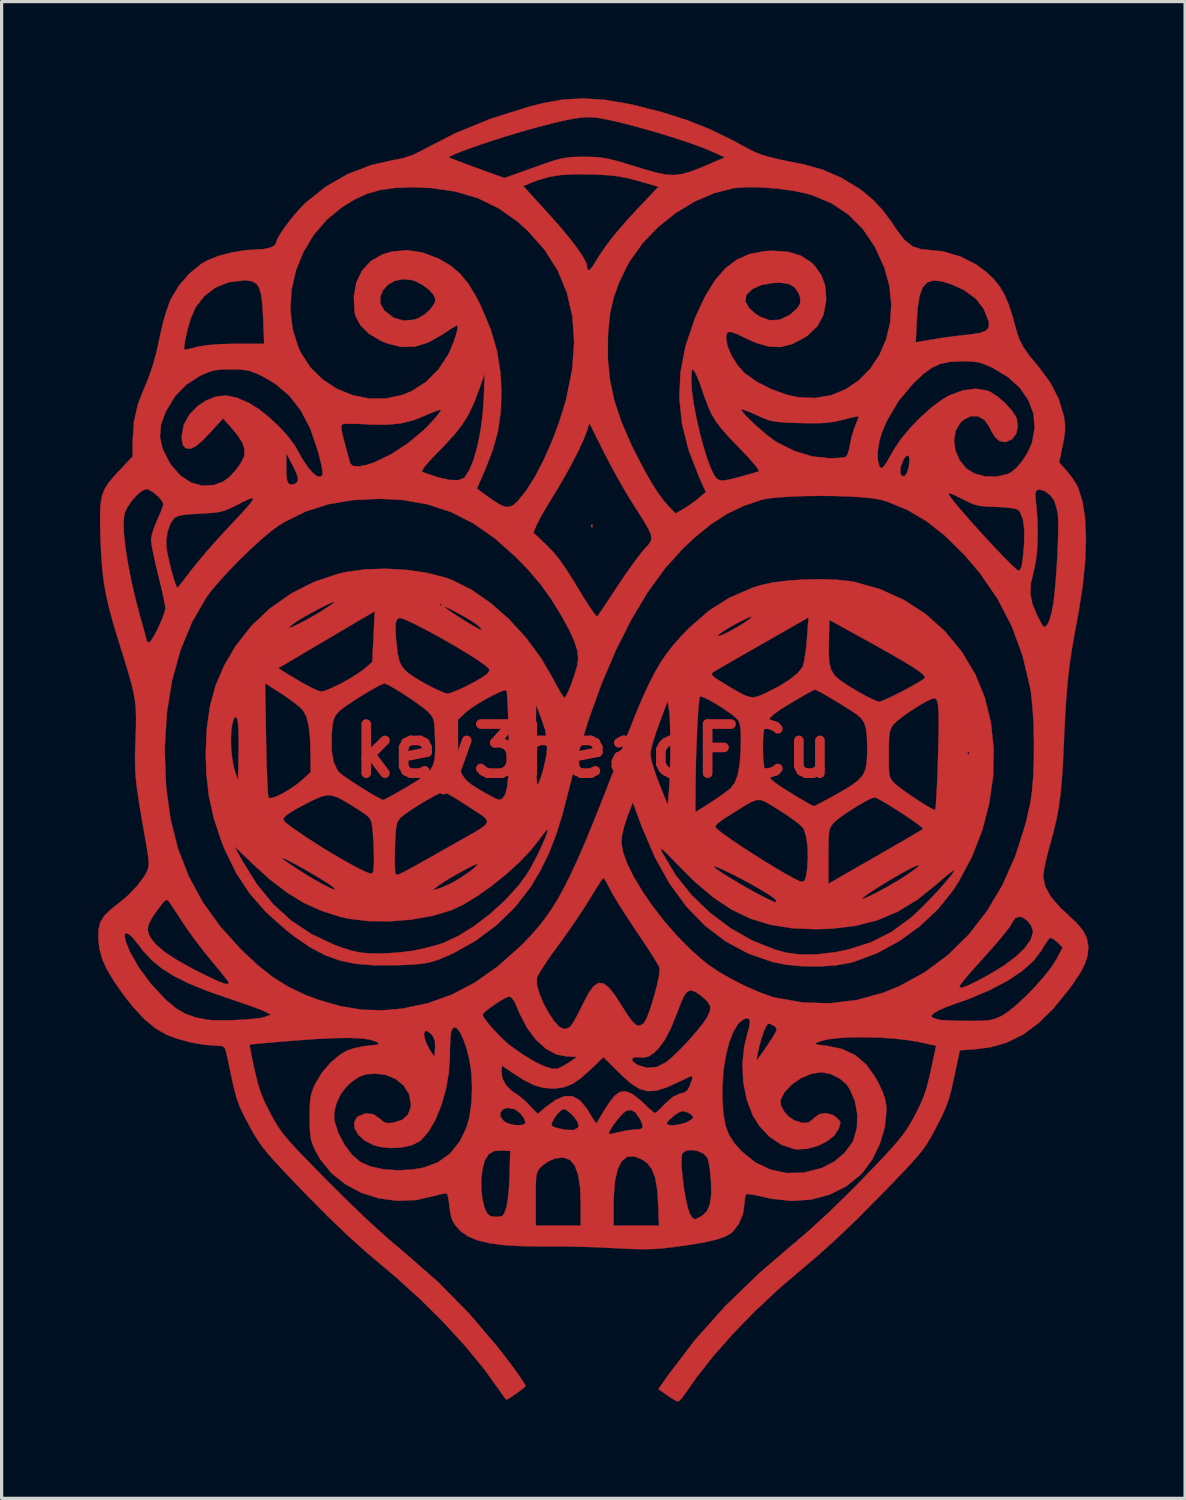
<source format=kicad_pcb>
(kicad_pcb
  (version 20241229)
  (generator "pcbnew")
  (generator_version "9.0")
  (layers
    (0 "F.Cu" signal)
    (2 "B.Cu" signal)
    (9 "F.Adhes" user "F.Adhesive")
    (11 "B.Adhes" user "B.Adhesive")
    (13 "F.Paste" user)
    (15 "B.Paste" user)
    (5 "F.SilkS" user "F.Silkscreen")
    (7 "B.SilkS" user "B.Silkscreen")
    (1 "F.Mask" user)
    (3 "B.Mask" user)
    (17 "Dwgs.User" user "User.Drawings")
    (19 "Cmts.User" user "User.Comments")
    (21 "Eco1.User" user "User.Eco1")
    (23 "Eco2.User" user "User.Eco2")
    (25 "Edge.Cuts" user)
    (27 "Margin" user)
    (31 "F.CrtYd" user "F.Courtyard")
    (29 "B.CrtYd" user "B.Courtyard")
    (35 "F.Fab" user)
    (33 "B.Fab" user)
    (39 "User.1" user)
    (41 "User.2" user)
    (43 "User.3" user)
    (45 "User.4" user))
  (footprint "key3headFCu"
    (layer "F.Cu")
    (at 15.354 20.254)
    (property "Reference" "key3headFCu" (at 0 0 0) (layer "F.Cu") (effects (font (size 1.524 1.524) (thickness 0.3))))
    (attr through_hole)
    (fp_poly (pts (xy -0.021 -7.027) (xy -0.014 -6.952) (xy -0.021 -6.943) (xy -0.059 -6.951) (xy -0.064 -6.985) (xy -0.04 -7.037) (xy -0.021 -7.027)) (stroke (width 0.01) (type solid)) (fill yes) (layer "F.Cu"))
    (fp_poly (pts (xy 0.367 -20.205) (xy 1.1 -20.081) (xy 1.288 -20.04) (xy 2.142 -19.822) (xy 2.907 -19.579) (xy 3.622 -19.294) (xy 4.323 -18.954) (xy 4.667 -18.767) (xy 4.864 -18.661) (xy 5.045 -18.575) (xy 5.235 -18.502) (xy 5.457 -18.435) (xy 5.733 -18.367) (xy 6.088 -18.292) (xy 6.544 -18.202) (xy 6.552 -18.2) (xy 7.126 -18.039) (xy 7.707 -17.785) (xy 8.245 -17.46) (xy 8.358 -17.378) (xy 8.688 -17.1) (xy 8.98 -16.79) (xy 9.264 -16.412) (xy 9.419 -16.176) (xy 9.66 -15.86) (xy 9.912 -15.66) (xy 10.191 -15.568) (xy 10.331 -15.558) (xy 10.872 -15.501) (xy 11.408 -15.34) (xy 11.9 -15.09) (xy 12.208 -14.859) (xy 12.434 -14.642) (xy 12.616 -14.417) (xy 12.768 -14.16) (xy 12.901 -13.846) (xy 13.028 -13.452) (xy 13.145 -13.018) (xy 13.227 -12.775) (xy 13.355 -12.53) (xy 13.545 -12.259) (xy 13.814 -11.933) (xy 13.839 -11.905) (xy 14.189 -11.43) (xy 14.451 -10.919) (xy 14.607 -10.403) (xy 14.611 -10.382) (xy 14.644 -10.151) (xy 14.645 -9.936) (xy 14.612 -9.687) (xy 14.572 -9.478) (xy 14.462 -8.955) (xy 14.699 -8.692) (xy 14.862 -8.486) (xy 15.005 -8.261) (xy 15.054 -8.164) (xy 15.187 -7.747) (xy 15.268 -7.226) (xy 15.296 -6.61) (xy 15.272 -5.91) (xy 15.195 -5.138) (xy 15.066 -4.304) (xy 15.027 -4.096) (xy 14.928 -3.565) (xy 14.848 -3.092) (xy 14.784 -2.651) (xy 14.733 -2.211) (xy 14.691 -1.746) (xy 14.657 -1.228) (xy 14.626 -0.629) (xy 14.607 -0.191) (xy 14.578 0.422) (xy 14.544 0.934) (xy 14.502 1.374) (xy 14.447 1.769) (xy 14.375 2.145) (xy 14.283 2.53) (xy 14.168 2.952) (xy 14.16 2.977) (xy 14.08 3.279) (xy 14.017 3.566) (xy 13.978 3.798) (xy 13.97 3.901) (xy 14.029 4.206) (xy 14.208 4.53) (xy 14.508 4.875) (xy 14.718 5.068) (xy 15.01 5.341) (xy 15.205 5.576) (xy 15.318 5.799) (xy 15.364 6.034) (xy 15.367 6.122) (xy 15.344 6.354) (xy 15.268 6.595) (xy 15.129 6.867) (xy 14.916 7.193) (xy 14.755 7.414) (xy 14.284 7.992) (xy 13.818 8.451) (xy 13.345 8.8) (xy 12.853 9.045) (xy 12.33 9.196) (xy 11.9 9.252) (xy 11.381 9.289) (xy 11.205 10.121) (xy 11.12 10.504) (xy 11.037 10.807) (xy 10.939 11.077) (xy 10.811 11.361) (xy 10.645 11.684) (xy 10.534 11.893) (xy 10.433 12.071) (xy 10.332 12.233) (xy 10.217 12.394) (xy 10.076 12.567) (xy 9.899 12.769) (xy 9.672 13.013) (xy 9.385 13.314) (xy 9.024 13.686) (xy 8.893 13.821) (xy 8.194 14.525) (xy 7.554 15.138) (xy 6.957 15.676) (xy 6.477 16.081) (xy 5.74 16.712) (xy 5.029 17.38) (xy 4.361 18.065) (xy 3.756 18.748) (xy 3.232 19.409) (xy 2.895 19.89) (xy 2.778 20.054) (xy 2.679 20.162) (xy 2.635 20.189) (xy 2.551 20.154) (xy 2.404 20.066) (xy 2.3 19.995) (xy 2.029 19.803) (xy 2.319 19.388) (xy 3.158 18.285) (xy 4.108 17.221) (xy 5.174 16.192) (xy 6.025 15.462) (xy 6.698 14.888) (xy 7.375 14.266) (xy 8.082 13.57) (xy 8.387 13.258) (xy 8.762 12.868) (xy 9.06 12.554) (xy 9.294 12.298) (xy 9.477 12.086) (xy 9.622 11.902) (xy 9.743 11.73) (xy 9.851 11.555) (xy 9.959 11.361) (xy 9.973 11.335) (xy 10.14 11.009) (xy 10.263 10.723) (xy 10.36 10.427) (xy 10.448 10.071) (xy 10.48 9.924) (xy 10.646 9.148) (xy 10.183 9.045) (xy 9.806 8.978) (xy 9.373 8.928) (xy 8.91 8.897) (xy 8.441 8.883) (xy 7.994 8.888) (xy 7.592 8.911) (xy 7.263 8.953) (xy 7.031 9.013) (xy 7.017 9.019) (xy 6.921 9.064) (xy 6.9 9.093) (xy 6.967 9.114) (xy 7.139 9.137) (xy 7.249 9.149) (xy 7.731 9.249) (xy 8.136 9.439) (xy 8.475 9.729) (xy 8.762 10.128) (xy 8.868 10.327) (xy 8.995 10.601) (xy 9.067 10.817) (xy 9.099 11.024) (xy 9.104 11.196) (xy 9.049 11.693) (xy 8.897 12.199) (xy 8.666 12.674) (xy 8.37 13.079) (xy 8.301 13.152) (xy 7.853 13.512) (xy 7.34 13.769) (xy 6.773 13.921) (xy 6.167 13.964) (xy 5.532 13.895) (xy 5.305 13.844) (xy 5.068 13.789) (xy 4.877 13.755) (xy 4.767 13.749) (xy 4.755 13.752) (xy 4.72 13.832) (xy 4.7 13.99) (xy 4.698 14.053) (xy 4.65 14.373) (xy 4.523 14.676) (xy 4.339 14.917) (xy 4.266 14.978) (xy 4.091 15.073) (xy 3.839 15.159) (xy 3.497 15.239) (xy 3.053 15.318) (xy 2.508 15.394) (xy 2.172 15.433) (xy 1.865 15.455) (xy 1.55 15.462) (xy 1.191 15.454) (xy 0.749 15.432) (xy 0.667 15.428) (xy 0.193 15.404) (xy -0.348 15.387) (xy -0.896 15.376) (xy -1.391 15.373) (xy -1.492 15.374) (xy -2.176 15.368) (xy -2.747 15.337) (xy -3.215 15.276) (xy -3.591 15.185) (xy -3.886 15.06) (xy -4.112 14.899) (xy -4.187 14.822) (xy -4.301 14.68) (xy -4.375 14.544) (xy -4.422 14.373) (xy -4.458 14.128) (xy -4.467 14.044) (xy -4.494 13.868) (xy -4.524 13.751) (xy -4.534 13.733) (xy -4.61 13.731) (xy -4.766 13.764) (xy -4.905 13.804) (xy -5.491 13.936) (xy -6.079 13.96) (xy -6.652 13.882) (xy -7.193 13.709) (xy -7.686 13.448) (xy -7.877 13.294) (xy -3.469 13.294) (xy -3.466 13.613) (xy -3.432 13.914) (xy -3.37 14.171) (xy -3.285 14.354) (xy -3.187 14.436) (xy -3.039 14.456) (xy -2.921 14.456) (xy -2.821 14.432) (xy -2.754 14.352) (xy -2.697 14.187) (xy -2.682 14.129) (xy -2.647 13.929) (xy -2.644 13.902) (xy -1.778 13.902) (xy -1.778 14.732) (xy -0.381 14.732) (xy 0.635 14.732) (xy 2.048 14.732) (xy 2.019 14.018) (xy 1.986 13.57) (xy 1.924 13.229) (xy 1.824 12.975) (xy 1.682 12.792) (xy 1.536 12.684) (xy 1.505 12.672) (xy 2.743 12.672) (xy 2.749 12.922) (xy 2.776 13.228) (xy 2.818 13.558) (xy 2.872 13.876) (xy 2.933 14.15) (xy 2.995 14.346) (xy 3.022 14.399) (xy 3.098 14.503) (xy 3.168 14.531) (xy 3.277 14.487) (xy 3.373 14.432) (xy 3.527 14.291) (xy 3.623 14.075) (xy 3.667 13.77) (xy 3.661 13.363) (xy 3.654 13.275) (xy 3.627 13.013) (xy 3.593 12.79) (xy 3.557 12.644) (xy 3.548 12.621) (xy 3.431 12.499) (xy 3.256 12.417) (xy 3.064 12.383) (xy 2.892 12.401) (xy 2.778 12.477) (xy 2.762 12.511) (xy 2.743 12.672) (xy 1.505 12.672) (xy 1.277 12.58) (xy 1.061 12.594) (xy 0.89 12.727) (xy 0.762 12.979) (xy 0.679 13.35) (xy 0.641 13.838) (xy 0.638 14.018) (xy 0.635 14.732) (xy -0.381 14.732) (xy -0.381 14.077) (xy -0.401 13.561) (xy -0.461 13.161) (xy -0.565 12.874) (xy -0.714 12.694) (xy -0.911 12.618) (xy -1.16 12.641) (xy -1.177 12.645) (xy -1.39 12.739) (xy -1.584 12.877) (xy -1.598 12.892) (xy -1.671 12.968) (xy -1.721 13.043) (xy -1.753 13.14) (xy -1.77 13.284) (xy -1.777 13.5) (xy -1.778 13.812) (xy -1.778 13.902) (xy -2.644 13.902) (xy -2.616 13.646) (xy -2.595 13.324) (xy -2.587 13.113) (xy -2.572 12.414) (xy -2.826 12.398) (xy -3.07 12.416) (xy -3.243 12.515) (xy -3.361 12.709) (xy -3.434 12.986) (xy -3.469 13.294) (xy -7.877 13.294) (xy -8.114 13.104) (xy -8.461 12.683) (xy -8.63 12.383) (xy -8.707 12.204) (xy -8.756 12.039) (xy -8.782 11.847) (xy -8.793 11.592) (xy -8.795 11.367) (xy -8.793 11.229) (xy -8.037 11.229) (xy -8.03 11.472) (xy -7.905 11.859) (xy -7.712 12.226) (xy -7.475 12.538) (xy -7.216 12.758) (xy -7.215 12.759) (xy -6.901 12.896) (xy -6.504 12.982) (xy -6.058 13.014) (xy -5.597 12.989) (xy -5.251 12.929) (xy -4.81 12.764) (xy -4.439 12.495) (xy -4.139 12.121) (xy -4.011 11.86) (xy 0.486 11.86) (xy 0.503 11.89) (xy 0.596 11.878) (xy 0.779 11.833) (xy 1.01 11.783) (xy 1.224 11.752) (xy 1.305 11.748) (xy 1.475 11.734) (xy 1.543 11.677) (xy 1.52 11.563) (xy 2.286 11.563) (xy 2.34 11.608) (xy 2.478 11.618) (xy 2.662 11.596) (xy 2.853 11.543) (xy 2.891 11.528) (xy 3.034 11.453) (xy 3.108 11.384) (xy 3.111 11.372) (xy 3.058 11.291) (xy 2.934 11.216) (xy 2.792 11.177) (xy 2.771 11.176) (xy 2.667 11.214) (xy 2.526 11.308) (xy 2.389 11.422) (xy 2.3 11.525) (xy 2.286 11.563) (xy 1.52 11.563) (xy 1.519 11.554) (xy 1.46 11.43) (xy 1.322 11.224) (xy 1.177 11.14) (xy 1.021 11.173) (xy 0.901 11.272) (xy 0.752 11.442) (xy 0.607 11.642) (xy 0.521 11.785) (xy 0.486 11.86) (xy -4.011 11.86) (xy -3.929 11.694) (xy -3.911 11.628) (xy -1.287 11.628) (xy -1.284 11.632) (xy -1.178 11.683) (xy -0.998 11.729) (xy -0.796 11.759) (xy -0.624 11.764) (xy -0.587 11.759) (xy -0.471 11.694) (xy -0.445 11.62) (xy -0.489 11.496) (xy -0.599 11.346) (xy -0.738 11.208) (xy -0.867 11.123) (xy -0.912 11.113) (xy -1.001 11.158) (xy -1.11 11.271) (xy -1.213 11.412) (xy -1.28 11.544) (xy -1.287 11.628) (xy -3.911 11.628) (xy -3.833 11.347) (xy -3.817 11.228) (xy -2.877 11.228) (xy -2.87 11.359) (xy -2.765 11.489) (xy -2.637 11.56) (xy -2.467 11.605) (xy -2.292 11.616) (xy -2.154 11.594) (xy -2.096 11.542) (xy -2.095 11.539) (xy -2.145 11.394) (xy -2.264 11.24) (xy -2.413 11.127) (xy -2.444 11.113) (xy -2.652 11.076) (xy -2.801 11.124) (xy -2.877 11.228) (xy -3.817 11.228) (xy -3.774 10.92) (xy -3.755 10.454) (xy -3.776 9.991) (xy -3.785 9.927) (xy -2.845 9.927) (xy -2.817 10.154) (xy -2.697 10.381) (xy -2.513 10.56) (xy -2.456 10.594) (xy -2.3 10.7) (xy -2.11 10.86) (xy -1.986 10.982) (xy -1.718 11.265) (xy -1.478 11.059) (xy -1.16 10.827) (xy -0.883 10.712) (xy -0.637 10.715) (xy -0.414 10.839) (xy -0.204 11.083) (xy -0.134 11.194) (xy -0.023 11.377) (xy 0.061 11.508) (xy 0.098 11.557) (xy 0.136 11.507) (xy 0.216 11.375) (xy 0.304 11.224) (xy 0.44 11.005) (xy 0.584 10.803) (xy 0.663 10.708) (xy 0.831 10.583) (xy 1.013 10.561) (xy 1.222 10.646) (xy 1.471 10.841) (xy 1.557 10.923) (xy 1.721 11.08) (xy 1.851 11.192) (xy 1.92 11.239) (xy 1.922 11.239) (xy 1.985 11.196) (xy 2.104 11.084) (xy 2.228 10.955) (xy 2.477 10.733) (xy 2.705 10.631) (xy 2.71 10.63) (xy 2.843 10.594) (xy 2.932 10.525) (xy 2.997 10.403) (xy 4.012 10.403) (xy 4.013 10.82) (xy 4.045 11.266) (xy 4.108 11.618) (xy 4.215 11.906) (xy 4.376 12.163) (xy 4.603 12.419) (xy 4.616 12.431) (xy 5.041 12.772) (xy 5.51 12.995) (xy 6.014 13.1) (xy 6.543 13.084) (xy 7.088 12.945) (xy 7.104 12.939) (xy 7.48 12.746) (xy 7.802 12.477) (xy 8.038 12.16) (xy 8.083 12.07) (xy 8.188 11.693) (xy 8.201 11.278) (xy 8.126 10.867) (xy 7.969 10.499) (xy 7.861 10.343) (xy 7.649 10.161) (xy 7.373 10.027) (xy 7.097 9.97) (xy 7.077 9.97) (xy 6.767 10.02) (xy 6.452 10.154) (xy 6.166 10.352) (xy 5.942 10.588) (xy 5.818 10.827) (xy 5.827 10.992) (xy 5.921 11.179) (xy 6.074 11.351) (xy 6.254 11.466) (xy 6.497 11.543) (xy 6.672 11.536) (xy 6.812 11.439) (xy 6.847 11.398) (xy 7.019 11.272) (xy 7.235 11.239) (xy 7.45 11.301) (xy 7.545 11.369) (xy 7.641 11.461) (xy 7.674 11.527) (xy 7.654 11.622) (xy 7.616 11.732) (xy 7.485 11.935) (xy 7.26 12.113) (xy 6.974 12.254) (xy 6.659 12.343) (xy 6.347 12.364) (xy 6.226 12.349) (xy 5.839 12.216) (xy 5.477 11.973) (xy 5.163 11.639) (xy 4.955 11.308) (xy 4.771 10.827) (xy 4.663 10.284) (xy 4.636 9.716) (xy 4.646 9.62) (xy 5.069 9.62) (xy 5.252 9.366) (xy 5.402 9.15) (xy 5.55 8.923) (xy 5.586 8.865) (xy 5.675 8.712) (xy 5.7 8.626) (xy 5.664 8.568) (xy 5.617 8.531) (xy 5.497 8.47) (xy 5.432 8.465) (xy 5.374 8.536) (xy 5.3 8.7) (xy 5.224 8.923) (xy 5.155 9.173) (xy 5.114 9.366) (xy 5.069 9.62) (xy 4.646 9.62) (xy 4.692 9.165) (xy 4.767 8.859) (xy 4.845 8.573) (xy 4.868 8.392) (xy 4.833 8.306) (xy 4.738 8.303) (xy 4.669 8.329) (xy 4.502 8.468) (xy 4.351 8.715) (xy 4.222 9.051) (xy 4.119 9.457) (xy 4.047 9.914) (xy 4.012 10.403) (xy 2.997 10.403) (xy 3.002 10.393) (xy 3.074 10.181) (xy 3.088 10.116) (xy 3.062 10.094) (xy 2.976 10.12) (xy 2.808 10.197) (xy 2.685 10.258) (xy 2.289 10.439) (xy 1.968 10.54) (xy 1.695 10.557) (xy 1.443 10.487) (xy 1.186 10.326) (xy 0.896 10.07) (xy 0.82 9.995) (xy 0.384 9.562) (xy 1.203 9.562) (xy 1.251 9.653) (xy 1.381 9.743) (xy 1.676 9.835) (xy 1.979 9.805) (xy 2.261 9.663) (xy 2.462 9.495) (xy 2.706 9.259) (xy 2.966 8.986) (xy 3.211 8.706) (xy 3.414 8.452) (xy 3.533 8.277) (xy 3.555 8.232) (xy 10.496 8.232) (xy 10.541 8.277) (xy 10.692 8.327) (xy 10.732 8.34) (xy 10.83 8.353) (xy 11.026 8.364) (xy 11.292 8.373) (xy 11.592 8.377) (xy 11.926 8.377) (xy 12.165 8.368) (xy 12.341 8.347) (xy 12.484 8.308) (xy 12.628 8.247) (xy 12.683 8.22) (xy 12.896 8.082) (xy 13.159 7.865) (xy 13.448 7.594) (xy 13.739 7.294) (xy 14.007 6.988) (xy 14.23 6.702) (xy 14.383 6.461) (xy 14.573 6.098) (xy 14.405 5.931) (xy 14.281 5.831) (xy 14.186 5.798) (xy 14.173 5.802) (xy 14.11 5.875) (xy 14.01 6.026) (xy 13.912 6.192) (xy 13.669 6.513) (xy 13.311 6.831) (xy 12.848 7.14) (xy 12.29 7.431) (xy 11.65 7.7) (xy 11.256 7.838) (xy 10.945 7.952) (xy 10.706 8.06) (xy 10.552 8.156) (xy 10.496 8.232) (xy 3.555 8.232) (xy 3.628 8.076) (xy 3.636 7.917) (xy 3.546 7.768) (xy 3.351 7.597) (xy 3.343 7.591) (xy 3.174 7.475) (xy 3.044 7.428) (xy 2.936 7.46) (xy 2.836 7.582) (xy 2.73 7.806) (xy 2.61 8.12) (xy 2.42 8.592) (xy 2.233 8.954) (xy 2.038 9.224) (xy 1.893 9.366) (xy 1.728 9.481) (xy 1.57 9.515) (xy 1.448 9.506) (xy 1.27 9.507) (xy 1.203 9.562) (xy 0.384 9.562) (xy 0.322 9.501) (xy -0.089 9.895) (xy -0.387 10.16) (xy -0.646 10.335) (xy -0.896 10.434) (xy -1.17 10.474) (xy -1.284 10.476) (xy -1.562 10.45) (xy -1.84 10.366) (xy -2.147 10.212) (xy -2.477 10.003) (xy -2.826 9.765) (xy -2.845 9.927) (xy -3.785 9.927) (xy -3.833 9.606) (xy -3.922 9.247) (xy -4.022 8.953) (xy -4.125 8.736) (xy -4.224 8.606) (xy -4.312 8.574) (xy -4.383 8.651) (xy -4.405 8.715) (xy -4.422 8.84) (xy -4.435 9.055) (xy -4.443 9.323) (xy -4.444 9.467) (xy -4.477 9.983) (xy -4.567 10.498) (xy -4.706 10.988) (xy -4.885 11.43) (xy -5.096 11.799) (xy -5.331 12.071) (xy -5.386 12.117) (xy -5.625 12.235) (xy -5.939 12.305) (xy -6.288 12.322) (xy -6.629 12.284) (xy -6.828 12.226) (xy -7.086 12.091) (xy -7.277 11.918) (xy -7.391 11.729) (xy -7.417 11.545) (xy -7.344 11.387) (xy -7.288 11.338) (xy -7.058 11.246) (xy -6.825 11.27) (xy -6.623 11.406) (xy -6.499 11.515) (xy -6.367 11.55) (xy -6.213 11.538) (xy -5.931 11.452) (xy -5.743 11.287) (xy -5.657 11.051) (xy -5.652 10.966) (xy -5.71 10.654) (xy -5.874 10.387) (xy -6.124 10.18) (xy -6.441 10.05) (xy -6.766 10.012) (xy -7.034 10.034) (xy -7.254 10.109) (xy -7.471 10.255) (xy -7.639 10.405) (xy -7.826 10.643) (xy -7.964 10.933) (xy -8.037 11.229) (xy -8.793 11.229) (xy -8.791 11.049) (xy -8.776 10.819) (xy -8.743 10.64) (xy -8.685 10.473) (xy -8.625 10.338) (xy -8.415 9.987) (xy -8.138 9.665) (xy -7.83 9.409) (xy -7.652 9.306) (xy -7.447 9.234) (xy -7.183 9.175) (xy -6.985 9.147) (xy -6.768 9.126) (xy -6.66 9.106) (xy -6.645 9.079) (xy -6.704 9.036) (xy -6.731 9.021) (xy -6.913 8.958) (xy -7.196 8.919) (xy -7.585 8.904) (xy -8.085 8.913) (xy -8.701 8.945) (xy -9.254 8.986) (xy -9.658 9.019) (xy -10.018 9.05) (xy -10.313 9.076) (xy -10.527 9.097) (xy -10.641 9.109) (xy -10.654 9.112) (xy -10.649 9.176) (xy -10.62 9.34) (xy -10.573 9.578) (xy -10.512 9.867) (xy -10.51 9.878) (xy -10.416 10.272) (xy -10.317 10.594) (xy -10.192 10.897) (xy -10.021 11.235) (xy -10.004 11.267) (xy -9.903 11.451) (xy -9.806 11.615) (xy -9.701 11.771) (xy -9.577 11.933) (xy -9.422 12.116) (xy -9.224 12.333) (xy -8.972 12.598) (xy -8.654 12.925) (xy -8.258 13.328) (xy -8.243 13.343) (xy -7.557 14.025) (xy -6.915 14.636) (xy -6.328 15.165) (xy -5.842 15.575) (xy -4.816 16.473) (xy -3.841 17.464) (xy -2.977 18.479) (xy -2.727 18.8) (xy -2.502 19.098) (xy -2.316 19.354) (xy -2.18 19.554) (xy -2.106 19.679) (xy -2.095 19.709) (xy -2.143 19.758) (xy -2.26 19.85) (xy -2.409 19.958) (xy -2.555 20.057) (xy -2.66 20.12) (xy -2.686 20.13) (xy -2.734 20.081) (xy -2.825 19.958) (xy -2.892 19.86) (xy -3.382 19.178) (xy -3.97 18.463) (xy -4.635 17.736) (xy -5.361 17.015) (xy -6.128 16.322) (xy -6.509 16.001) (xy -7.072 15.524) (xy -7.627 15.023) (xy -8.199 14.475) (xy -8.815 13.855) (xy -8.965 13.7) (xy -9.348 13.302) (xy -9.655 12.979) (xy -9.897 12.716) (xy -10.088 12.498) (xy -10.241 12.309) (xy -10.367 12.135) (xy -10.479 11.961) (xy -10.591 11.77) (xy -10.66 11.644) (xy -10.839 11.308) (xy -10.968 11.029) (xy -11.064 10.759) (xy -11.147 10.449) (xy -11.204 10.19) (xy -11.27 9.882) (xy -11.329 9.609) (xy -11.374 9.4) (xy -11.399 9.287) (xy -11.438 9.199) (xy -11.523 9.156) (xy -11.691 9.143) (xy -11.733 9.143) (xy -12.108 9.112) (xy -12.534 9.032) (xy -12.951 8.915) (xy -13.24 8.803) (xy -13.287 8.776) (xy -5.246 8.776) (xy -5.227 8.918) (xy -5.161 9.102) (xy -5.048 9.307) (xy -5.031 9.332) (xy -4.921 9.493) (xy -4.901 9.216) (xy -4.906 9.005) (xy -4.967 8.856) (xy -5.024 8.786) (xy -5.144 8.69) (xy -5.218 8.693) (xy -5.246 8.776) (xy -13.287 8.776) (xy -13.585 8.603) (xy -13.929 8.317) (xy -14.286 7.93) (xy -14.553 7.591) (xy -14.857 7.162) (xy -15.078 6.796) (xy -15.227 6.469) (xy -15.314 6.158) (xy -15.349 5.874) (xy -15.349 5.735) (xy -14.539 5.735) (xy -14.499 5.922) (xy -14.385 6.208) (xy -14.38 6.218) (xy -14.096 6.722) (xy -13.72 7.229) (xy -13.28 7.7) (xy -13.245 7.733) (xy -12.943 7.986) (xy -12.651 8.159) (xy -12.321 8.273) (xy -11.97 8.342) (xy -11.776 8.358) (xy -11.506 8.361) (xy -11.194 8.355) (xy -10.873 8.34) (xy -10.577 8.317) (xy -10.34 8.29) (xy -10.195 8.258) (xy -10.192 8.257) (xy -10.017 8.188) (xy -3.429 8.188) (xy -3.386 8.279) (xy -3.273 8.432) (xy -3.112 8.62) (xy -2.926 8.818) (xy -2.737 9.002) (xy -2.57 9.145) (xy -2.561 9.152) (xy -2.168 9.428) (xy -1.81 9.644) (xy -1.502 9.791) (xy -1.258 9.864) (xy -1.112 9.861) (xy -0.981 9.804) (xy -0.807 9.705) (xy -0.747 9.666) (xy -0.604 9.569) (xy -0.519 9.506) (xy -0.508 9.495) (xy -0.565 9.488) (xy -0.708 9.483) (xy -0.791 9.483) (xy -1.127 9.421) (xy -1.457 9.245) (xy -1.767 8.967) (xy -2.045 8.599) (xy -2.277 8.152) (xy -2.316 8.057) (xy -2.428 7.803) (xy -2.521 7.661) (xy -2.599 7.62) (xy -2.698 7.654) (xy -2.857 7.741) (xy -3.042 7.86) (xy -3.22 7.987) (xy -3.359 8.101) (xy -3.427 8.179) (xy -3.429 8.188) (xy -10.017 8.188) (xy -10.001 8.181) (xy -10.181 8.086) (xy -10.304 8.034) (xy -10.521 7.952) (xy -10.807 7.85) (xy -11.136 7.737) (xy -11.307 7.68) (xy -11.98 7.445) (xy -12.542 7.215) (xy -13.008 6.984) (xy -13.392 6.74) (xy -13.71 6.477) (xy -13.977 6.185) (xy -14.072 6.058) (xy -14.269 5.81) (xy -14.416 5.675) (xy -14.509 5.652) (xy -14.539 5.735) (xy -15.349 5.735) (xy -15.349 5.565) (xy -15.345 5.548) (xy -13.822 5.548) (xy -13.782 5.702) (xy -13.735 5.793) (xy -13.566 6.007) (xy -13.296 6.236) (xy -12.92 6.484) (xy -12.43 6.757) (xy -12.229 6.859) (xy -11.873 7.035) (xy -11.616 7.153) (xy -11.443 7.218) (xy -11.344 7.235) (xy -11.306 7.208) (xy -11.304 7.191) (xy -11.344 7.127) (xy -11.45 6.988) (xy -11.608 6.792) (xy -11.801 6.56) (xy -11.818 6.54) (xy -12.066 6.236) (xy -12.329 5.894) (xy -12.569 5.563) (xy -12.702 5.366) (xy -12.865 5.118) (xy -13.008 4.9) (xy -13.115 4.74) (xy -13.158 4.677) (xy -13.207 4.625) (xy -13.261 4.628) (xy -13.34 4.703) (xy -13.465 4.863) (xy -13.512 4.925) (xy -13.693 5.187) (xy -13.794 5.386) (xy -13.822 5.548) (xy -15.345 5.548) (xy -15.294 5.324) (xy -15.169 5.117) (xy -14.956 4.91) (xy -14.784 4.777) (xy -14.438 4.49) (xy -14.142 4.184) (xy -13.923 3.888) (xy -13.858 3.771) (xy -13.816 3.673) (xy -13.792 3.578) (xy -13.788 3.458) (xy -13.803 3.29) (xy -13.84 3.048) (xy -13.899 2.71) (xy -13.995 2.155) (xy -14.072 1.705) (xy -14.129 1.336) (xy -14.17 1.029) (xy -14.196 0.761) (xy -14.21 0.512) (xy -14.214 0.26) (xy -14.211 0.064) (xy -13.292 0.064) (xy -13.248 1.133) (xy -13.112 2.12) (xy -12.881 3.034) (xy -12.551 3.885) (xy -12.118 4.684) (xy -11.578 5.438) (xy -10.928 6.159) (xy -10.896 6.191) (xy -10.396 6.657) (xy -9.922 7.029) (xy -9.443 7.326) (xy -8.93 7.57) (xy -8.526 7.721) (xy -7.827 7.923) (xy -7.171 8.031) (xy -6.519 8.049) (xy -5.926 7.996) (xy -5.137 7.832) (xy -4.388 7.565) (xy -3.668 7.187) (xy -3.465 7.044) (xy -1.745 7.044) (xy -1.742 7.249) (xy -1.668 7.526) (xy -1.532 7.848) (xy -1.418 8.062) (xy -1.222 8.369) (xy -1.052 8.557) (xy -0.899 8.63) (xy -0.759 8.594) (xy -0.682 8.525) (xy -0.612 8.421) (xy -0.506 8.233) (xy -0.383 7.993) (xy -0.315 7.853) (xy -0.14 7.519) (xy 0.017 7.301) (xy 0.169 7.199) (xy 0.324 7.214) (xy 0.495 7.346) (xy 0.691 7.596) (xy 0.888 7.904) (xy 1.079 8.207) (xy 1.229 8.405) (xy 1.348 8.509) (xy 1.451 8.527) (xy 1.549 8.47) (xy 1.579 8.44) (xy 1.651 8.319) (xy 1.736 8.108) (xy 1.827 7.839) (xy 1.914 7.542) (xy 1.989 7.25) (xy 2.043 6.992) (xy 2.067 6.8) (xy 2.061 6.722) (xy 2.012 6.627) (xy 1.904 6.447) (xy 1.748 6.202) (xy 1.557 5.91) (xy 1.361 5.618) (xy 1.136 5.281) (xy 0.924 4.953) (xy 0.739 4.658) (xy 0.599 4.422) (xy 0.53 4.294) (xy 0.434 4.109) (xy 0.357 3.981) (xy 0.32 3.939) (xy 0.276 3.991) (xy 0.182 4.131) (xy 0.052 4.337) (xy -0.091 4.573) (xy -0.269 4.858) (xy -0.499 5.205) (xy -0.754 5.577) (xy -1.01 5.935) (xy -1.088 6.041) (xy -1.301 6.334) (xy -1.486 6.604) (xy -1.632 6.829) (xy -1.722 6.988) (xy -1.745 7.044) (xy -3.465 7.044) (xy -2.967 6.694) (xy -2.275 6.08) (xy -2.159 5.965) (xy -1.918 5.713) (xy -1.695 5.459) (xy -1.486 5.193) (xy -1.285 4.906) (xy -1.088 4.585) (xy -0.888 4.222) (xy -0.68 3.806) (xy -0.46 3.326) (xy -0.221 2.773) (xy 0.041 2.135) (xy 0.332 1.402) (xy 0.657 0.564) (xy 0.813 0.157) (xy 0.834 0.102) (xy 1.778 0.102) (xy 1.801 0.252) (xy 1.865 0.485) (xy 1.958 0.765) (xy 2.048 1.005) (xy 2.318 1.683) (xy 2.357 1.206) (xy 2.373 0.954) (xy 2.386 0.618) (xy 2.396 0.243) (xy 2.4 -0.127) (xy 2.398 -0.473) (xy 2.39 -0.8) (xy 2.378 -1.073) (xy 2.362 -1.257) (xy 2.36 -1.27) (xy 2.316 -1.556) (xy 2.047 -0.839) (xy 1.94 -0.536) (xy 1.854 -0.255) (xy 1.796 -0.029) (xy 1.778 0.102) (xy 0.834 0.102) (xy 1.083 -0.542) (xy 1.319 -1.134) (xy 1.53 -1.635) (xy 1.724 -2.059) (xy 1.897 -2.4) (xy 3.683 -2.4) (xy 3.693 -2.351) (xy 3.77 -2.28) (xy 3.931 -2.174) (xy 4.139 -2.047) (xy 4.443 -1.867) (xy 4.665 -1.746) (xy 4.832 -1.68) (xy 4.97 -1.663) (xy 5.107 -1.69) (xy 5.27 -1.756) (xy 5.376 -1.805) (xy 5.772 -2.008) (xy 6.102 -2.215) (xy 6.347 -2.413) (xy 6.492 -2.59) (xy 6.507 -2.621) (xy 6.548 -2.772) (xy 6.587 -3.007) (xy 7.313 -3.007) (xy 7.333 -2.728) (xy 7.386 -2.522) (xy 7.48 -2.364) (xy 7.625 -2.226) (xy 7.74 -2.141) (xy 7.97 -1.991) (xy 8.224 -1.84) (xy 8.473 -1.703) (xy 8.688 -1.596) (xy 8.839 -1.534) (xy 8.882 -1.525) (xy 8.971 -1.553) (xy 9.145 -1.629) (xy 9.378 -1.74) (xy 9.598 -1.853) (xy 9.858 -1.992) (xy 10.078 -2.118) (xy 10.232 -2.213) (xy 10.291 -2.259) (xy 10.294 -2.306) (xy 10.236 -2.378) (xy 10.109 -2.479) (xy 9.905 -2.615) (xy 9.618 -2.79) (xy 9.238 -3.01) (xy 8.759 -3.28) (xy 8.382 -3.488) (xy 7.334 -4.066) (xy 7.316 -3.385) (xy 7.313 -3.007) (xy 6.587 -3.007) (xy 6.588 -3.011) (xy 6.623 -3.299) (xy 6.638 -3.484) (xy 6.685 -4.143) (xy 6.406 -3.983) (xy 6.265 -3.903) (xy 6.036 -3.772) (xy 5.74 -3.603) (xy 5.4 -3.409) (xy 5.037 -3.203) (xy 4.985 -3.173) (xy 4.634 -2.972) (xy 4.315 -2.789) (xy 4.047 -2.634) (xy 3.848 -2.517) (xy 3.737 -2.45) (xy 3.726 -2.443) (xy 3.683 -2.4) (xy 1.897 -2.4) (xy 1.908 -2.421) (xy 2.09 -2.734) (xy 2.278 -3.013) (xy 2.48 -3.272) (xy 2.704 -3.527) (xy 2.737 -3.561) (xy 3.879 -3.561) (xy 3.956 -3.58) (xy 4.096 -3.64) (xy 4.274 -3.731) (xy 4.467 -3.839) (xy 4.653 -3.953) (xy 4.807 -4.06) (xy 4.858 -4.1) (xy 4.924 -4.165) (xy 4.909 -4.176) (xy 4.803 -4.132) (xy 4.597 -4.03) (xy 4.522 -3.992) (xy 4.276 -3.858) (xy 4.065 -3.729) (xy 3.921 -3.628) (xy 3.887 -3.596) (xy 3.879 -3.561) (xy 2.737 -3.561) (xy 2.958 -3.79) (xy 3.012 -3.844) (xy 3.603 -4.358) (xy 4.239 -4.759) (xy 4.939 -5.061) (xy 5.209 -5.147) (xy 5.579 -5.227) (xy 6.036 -5.285) (xy 6.542 -5.32) (xy 7.06 -5.33) (xy 7.551 -5.313) (xy 7.979 -5.269) (xy 8.116 -5.245) (xy 8.911 -5.021) (xy 9.649 -4.686) (xy 10.323 -4.247) (xy 10.923 -3.71) (xy 11.44 -3.082) (xy 11.865 -2.371) (xy 11.866 -2.368) (xy 12.16 -1.645) (xy 12.348 -0.868) (xy 12.432 -0.054) (xy 12.414 0.783) (xy 12.295 1.626) (xy 12.077 2.462) (xy 11.761 3.275) (xy 11.349 4.049) (xy 11.171 4.325) (xy 10.702 4.911) (xy 10.136 5.443) (xy 9.498 5.903) (xy 8.812 6.275) (xy 8.103 6.54) (xy 7.969 6.576) (xy 7.538 6.653) (xy 7.034 6.687) (xy 6.505 6.681) (xy 5.998 6.634) (xy 5.58 6.552) (xy 4.815 6.285) (xy 4.113 5.908) (xy 3.473 5.422) (xy 2.894 4.825) (xy 2.376 4.117) (xy 1.918 3.298) (xy 1.803 3.028) (xy 2.108 3.028) (xy 2.11 3.065) (xy 2.151 3.157) (xy 2.16 3.175) (xy 2.556 3.844) (xy 3.051 4.464) (xy 3.627 5.02) (xy 4.265 5.499) (xy 4.948 5.887) (xy 5.659 6.169) (xy 6.001 6.261) (xy 6.434 6.318) (xy 6.945 6.313) (xy 7.5 6.248) (xy 7.936 6.159) (xy 8.635 5.934) (xy 9.264 5.614) (xy 9.852 5.184) (xy 9.858 5.179) (xy 10.049 5.006) (xy 10.267 4.794) (xy 10.495 4.56) (xy 10.716 4.322) (xy 10.915 4.099) (xy 11.075 3.909) (xy 11.179 3.769) (xy 11.211 3.698) (xy 11.209 3.695) (xy 11.155 3.725) (xy 11.027 3.823) (xy 10.844 3.976) (xy 10.653 4.143) (xy 10.055 4.621) (xy 9.449 4.989) (xy 8.815 5.256) (xy 8.132 5.43) (xy 7.379 5.517) (xy 6.897 5.531) (xy 6.164 5.499) (xy 5.498 5.392) (xy 4.882 5.202) (xy 4.297 4.921) (xy 3.726 4.541) (xy 3.151 4.054) (xy 2.686 3.591) (xy 2.681 3.587) (xy 3.747 3.587) (xy 3.799 3.643) (xy 3.942 3.745) (xy 4.153 3.88) (xy 4.411 4.036) (xy 4.692 4.2) (xy 4.975 4.36) (xy 5.239 4.501) (xy 5.46 4.613) (xy 5.616 4.682) (xy 5.675 4.698) (xy 5.687 4.66) (xy 5.65 4.602) (xy 5.621 4.578) (xy 8.346 4.578) (xy 8.372 4.589) (xy 8.485 4.547) (xy 8.665 4.463) (xy 8.889 4.348) (xy 9.135 4.213) (xy 9.383 4.071) (xy 9.61 3.931) (xy 9.667 3.894) (xy 9.919 3.722) (xy 10.068 3.608) (xy 10.122 3.55) (xy 10.089 3.544) (xy 9.978 3.587) (xy 9.797 3.676) (xy 9.553 3.808) (xy 9.256 3.98) (xy 8.942 4.17) (xy 8.706 4.32) (xy 8.511 4.45) (xy 8.383 4.544) (xy 8.346 4.578) (xy 5.621 4.578) (xy 5.559 4.527) (xy 5.389 4.415) (xy 5.161 4.279) (xy 4.897 4.129) (xy 4.618 3.978) (xy 4.346 3.836) (xy 4.101 3.716) (xy 3.906 3.627) (xy 3.781 3.583) (xy 3.747 3.587) (xy 2.681 3.587) (xy 2.435 3.33) (xy 2.262 3.153) (xy 2.156 3.055) (xy 2.108 3.028) (xy 1.803 3.028) (xy 1.52 2.368) (xy 3.802 2.368) (xy 3.812 2.383) (xy 3.918 2.48) (xy 4.108 2.624) (xy 4.365 2.803) (xy 4.668 3.005) (xy 4.998 3.218) (xy 5.337 3.431) (xy 5.665 3.631) (xy 5.964 3.806) (xy 6.213 3.945) (xy 6.395 4.035) (xy 6.486 4.064) (xy 6.555 4.034) (xy 6.603 3.926) (xy 6.638 3.716) (xy 6.639 3.714) (xy 6.666 3.338) (xy 6.665 3.272) (xy 7.303 3.272) (xy 7.303 4.122) (xy 8.747 3.293) (xy 9.136 3.069) (xy 9.49 2.865) (xy 9.792 2.689) (xy 10.028 2.55) (xy 10.182 2.457) (xy 10.24 2.419) (xy 10.206 2.374) (xy 10.085 2.277) (xy 9.901 2.146) (xy 9.677 1.993) (xy 9.434 1.835) (xy 9.196 1.686) (xy 8.985 1.56) (xy 8.825 1.473) (xy 8.737 1.439) (xy 8.736 1.439) (xy 8.629 1.474) (xy 8.448 1.565) (xy 8.223 1.694) (xy 7.983 1.844) (xy 7.757 1.995) (xy 7.574 2.131) (xy 7.463 2.232) (xy 7.398 2.315) (xy 7.354 2.4) (xy 7.325 2.511) (xy 7.31 2.674) (xy 7.304 2.912) (xy 7.303 3.251) (xy 7.303 3.272) (xy 6.665 3.272) (xy 6.658 2.979) (xy 6.616 2.669) (xy 6.544 2.44) (xy 6.506 2.375) (xy 6.402 2.275) (xy 6.216 2.132) (xy 5.977 1.966) (xy 5.766 1.831) (xy 5.528 1.682) (xy 5.353 1.58) (xy 5.215 1.525) (xy 5.085 1.521) (xy 4.939 1.57) (xy 4.75 1.673) (xy 4.49 1.834) (xy 4.299 1.953) (xy 4.043 2.116) (xy 3.884 2.231) (xy 3.808 2.311) (xy 3.802 2.368) (xy 1.52 2.368) (xy 1.52 2.368) (xy 1.499 2.312) (xy 1.349 1.902) (xy 3.175 1.902) (xy 3.635 1.609) (xy 3.872 1.452) (xy 4.087 1.3) (xy 4.241 1.18) (xy 4.266 1.158) (xy 4.394 0.993) (xy 4.486 0.757) (xy 4.547 0.435) (xy 4.58 0.011) (xy 4.584 -0.108) (xy 5.271 -0.108) (xy 5.279 0.252) (xy 5.313 0.517) (xy 5.388 0.715) (xy 5.518 0.877) (xy 5.717 1.034) (xy 5.855 1.125) (xy 6.124 1.295) (xy 6.381 1.452) (xy 6.603 1.583) (xy 6.767 1.675) (xy 6.85 1.713) (xy 6.853 1.714) (xy 6.916 1.686) (xy 7.064 1.61) (xy 7.269 1.501) (xy 7.361 1.451) (xy 7.748 1.235) (xy 8.036 1.058) (xy 8.241 0.901) (xy 8.376 0.743) (xy 8.456 0.567) (xy 8.494 0.351) (xy 8.505 0.099) (xy 9.176 0.099) (xy 9.177 0.411) (xy 9.184 0.624) (xy 9.202 0.766) (xy 9.238 0.863) (xy 9.298 0.943) (xy 9.37 1.018) (xy 9.486 1.115) (xy 9.669 1.25) (xy 9.891 1.403) (xy 10.124 1.557) (xy 10.34 1.693) (xy 10.512 1.792) (xy 10.61 1.836) (xy 10.613 1.836) (xy 10.627 1.777) (xy 10.643 1.609) (xy 10.659 1.35) (xy 10.676 1.018) (xy 10.692 0.631) (xy 10.698 0.429) (xy 10.709 0.064) (xy 11.62 0.064) (xy 11.644 0.116) (xy 11.663 0.106) (xy 11.67 0.03) (xy 11.663 0.021) (xy 11.625 0.03) (xy 11.62 0.064) (xy 10.709 0.064) (xy 10.715 -0.146) (xy 10.725 -0.605) (xy 10.727 -0.962) (xy 10.721 -1.229) (xy 10.706 -1.418) (xy 10.682 -1.54) (xy 10.648 -1.609) (xy 10.604 -1.636) (xy 10.602 -1.637) (xy 10.499 -1.612) (xy 10.324 -1.526) (xy 10.103 -1.399) (xy 9.864 -1.247) (xy 9.636 -1.088) (xy 9.446 -0.94) (xy 9.321 -0.821) (xy 9.308 -0.805) (xy 9.249 -0.711) (xy 9.211 -0.6) (xy 9.189 -0.444) (xy 9.178 -0.216) (xy 9.176 0.099) (xy 8.505 0.099) (xy 8.506 0.077) (xy 8.507 -0.108) (xy 8.498 -0.455) (xy 8.469 -0.703) (xy 8.411 -0.882) (xy 8.315 -1.018) (xy 8.191 -1.127) (xy 8.064 -1.215) (xy 7.873 -1.338) (xy 7.645 -1.479) (xy 7.408 -1.621) (xy 7.187 -1.75) (xy 7.01 -1.848) (xy 6.904 -1.901) (xy 6.888 -1.905) (xy 6.818 -1.874) (xy 6.662 -1.791) (xy 6.443 -1.667) (xy 6.184 -1.515) (xy 6.173 -1.508) (xy 5.836 -1.302) (xy 5.596 -1.132) (xy 5.435 -0.971) (xy 5.338 -0.796) (xy 5.289 -0.581) (xy 5.272 -0.302) (xy 5.271 -0.108) (xy 4.584 -0.108) (xy 4.587 -0.197) (xy 4.587 -0.516) (xy 4.572 -0.736) (xy 4.537 -0.884) (xy 4.498 -0.959) (xy 4.406 -1.053) (xy 4.244 -1.179) (xy 4.039 -1.32) (xy 3.819 -1.458) (xy 3.61 -1.577) (xy 3.439 -1.661) (xy 3.334 -1.692) (xy 3.317 -1.687) (xy 3.297 -1.608) (xy 3.276 -1.42) (xy 3.256 -1.143) (xy 3.236 -0.796) (xy 3.217 -0.396) (xy 3.201 0.037) (xy 3.189 0.484) (xy 3.182 0.927) (xy 3.18 1.094) (xy 3.175 1.902) (xy 1.349 1.902) (xy 1.234 1.591) (xy 1.056 2.057) (xy 0.959 2.358) (xy 0.895 2.643) (xy 0.878 2.821) (xy 0.925 3.127) (xy 1.058 3.496) (xy 1.266 3.915) (xy 1.536 4.365) (xy 1.858 4.83) (xy 2.22 5.295) (xy 2.61 5.742) (xy 3.016 6.155) (xy 3.428 6.518) (xy 3.556 6.619) (xy 3.888 6.844) (xy 4.292 7.077) (xy 4.728 7.298) (xy 5.157 7.486) (xy 5.539 7.623) (xy 5.65 7.654) (xy 6.499 7.805) (xy 7.345 7.831) (xy 8.181 7.73) (xy 9.002 7.504) (xy 9.488 7.307) (xy 11.367 7.307) (xy 11.396 7.346) (xy 11.492 7.333) (xy 11.666 7.265) (xy 11.926 7.137) (xy 12.25 6.963) (xy 12.724 6.679) (xy 13.109 6.394) (xy 13.398 6.117) (xy 13.582 5.856) (xy 13.652 5.619) (xy 13.652 5.6) (xy 13.603 5.432) (xy 13.482 5.272) (xy 13.328 5.165) (xy 13.236 5.144) (xy 13.105 5.184) (xy 13.007 5.322) (xy 12.995 5.35) (xy 12.924 5.463) (xy 12.781 5.65) (xy 12.584 5.889) (xy 12.348 6.162) (xy 12.136 6.398) (xy 11.889 6.671) (xy 11.675 6.916) (xy 11.507 7.114) (xy 11.4 7.251) (xy 11.367 7.307) (xy 9.488 7.307) (xy 9.505 7.299) (xy 10.295 6.867) (xy 11.014 6.333) (xy 11.657 5.7) (xy 12.222 4.974) (xy 12.707 4.158) (xy 13.106 3.257) (xy 13.419 2.276) (xy 13.569 1.619) (xy 13.623 1.247) (xy 13.66 0.781) (xy 13.679 0.255) (xy 13.682 -0.299) (xy 13.669 -0.848) (xy 13.638 -1.359) (xy 13.591 -1.8) (xy 13.564 -1.968) (xy 13.329 -2.956) (xy 12.994 -3.87) (xy 12.553 -4.722) (xy 12.453 -4.868) (xy 13.57 -4.868) (xy 13.639 -4.545) (xy 13.773 -4.226) (xy 13.883 -4.007) (xy 13.954 -3.885) (xy 14.005 -3.846) (xy 14.054 -3.871) (xy 14.099 -3.923) (xy 14.163 -4.054) (xy 14.226 -4.272) (xy 14.278 -4.537) (xy 14.282 -4.561) (xy 14.32 -4.869) (xy 14.355 -5.241) (xy 14.385 -5.652) (xy 14.41 -6.073) (xy 14.427 -6.48) (xy 14.436 -6.844) (xy 14.436 -7.14) (xy 14.424 -7.342) (xy 14.421 -7.366) (xy 14.375 -7.576) (xy 14.316 -7.755) (xy 14.297 -7.795) (xy 14.173 -7.951) (xy 14.012 -8.066) (xy 13.857 -8.111) (xy 13.803 -8.102) (xy 13.75 -8.066) (xy 13.726 -7.99) (xy 13.728 -7.847) (xy 13.754 -7.608) (xy 13.755 -7.603) (xy 13.79 -7.177) (xy 13.799 -6.726) (xy 13.783 -6.288) (xy 13.743 -5.9) (xy 13.681 -5.599) (xy 13.678 -5.588) (xy 13.584 -5.2) (xy 13.57 -4.868) (xy 12.453 -4.868) (xy 12.002 -5.523) (xy 11.517 -6.091) (xy 10.931 -6.669) (xy 10.348 -7.13) (xy 9.752 -7.482) (xy 9.132 -7.735) (xy 8.954 -7.789) (xy 8.71 -7.836) (xy 8.366 -7.872) (xy 7.949 -7.897) (xy 7.485 -7.912) (xy 6.999 -7.916) (xy 6.518 -7.909) (xy 6.069 -7.891) (xy 5.677 -7.863) (xy 5.368 -7.824) (xy 5.226 -7.793) (xy 4.67 -7.604) (xy 4.157 -7.358) (xy 3.662 -7.039) (xy 3.16 -6.631) (xy 2.768 -6.262) (xy 2.218 -5.648) (xy 1.689 -4.917) (xy 1.186 -4.077) (xy 0.712 -3.136) (xy 0.27 -2.103) (xy -0.134 -0.987) (xy -0.497 0.204) (xy -0.76 1.229) (xy -0.952 1.974) (xy -1.154 2.618) (xy -1.376 3.184) (xy -1.627 3.699) (xy -1.917 4.187) (xy -1.955 4.245) (xy -2.426 4.851) (xy -2.996 5.405) (xy -3.642 5.888) (xy -4.34 6.281) (xy -4.746 6.456) (xy -4.934 6.523) (xy -5.114 6.571) (xy -5.316 6.604) (xy -5.569 6.626) (xy -5.904 6.643) (xy -6.128 6.65) (xy -6.787 6.652) (xy -7.353 6.606) (xy -7.854 6.504) (xy -8.319 6.337) (xy -8.775 6.095) (xy -9.251 5.769) (xy -9.517 5.564) (xy -10.137 5.012) (xy -10.65 4.431) (xy -11.072 3.793) (xy -11.424 3.074) (xy -11.472 2.953) (xy -11.135 2.953) (xy -10.893 3.397) (xy -10.44 4.127) (xy -9.937 4.745) (xy -9.374 5.26) (xy -8.74 5.681) (xy -8.026 6.017) (xy -7.794 6.103) (xy -7.496 6.197) (xy -7.238 6.253) (xy -6.961 6.28) (xy -6.659 6.286) (xy -6.31 6.274) (xy -5.931 6.244) (xy -5.593 6.2) (xy -5.523 6.187) (xy -5.22 6.121) (xy -4.912 6.041) (xy -4.661 5.963) (xy -4.643 5.956) (xy -4.175 5.739) (xy -3.68 5.429) (xy -3.188 5.052) (xy -2.725 4.63) (xy -2.32 4.186) (xy -2.066 3.842) (xy -1.947 3.647) (xy -1.817 3.407) (xy -1.687 3.148) (xy -1.57 2.896) (xy -1.476 2.677) (xy -1.42 2.517) (xy -1.411 2.441) (xy -1.412 2.44) (xy -1.458 2.474) (xy -1.554 2.589) (xy -1.679 2.761) (xy -1.681 2.764) (xy -1.956 3.109) (xy -2.313 3.478) (xy -2.727 3.851) (xy -3.17 4.205) (xy -3.616 4.52) (xy -4.04 4.775) (xy -4.403 4.944) (xy -4.988 5.118) (xy -5.637 5.233) (xy -6.311 5.288) (xy -6.972 5.279) (xy -7.582 5.206) (xy -7.842 5.148) (xy -8.426 4.961) (xy -8.968 4.717) (xy -9.49 4.399) (xy -9.586 4.326) (xy -4.985 4.326) (xy -4.826 4.282) (xy -4.668 4.226) (xy -4.469 4.139) (xy -4.413 4.111) (xy -4.228 4.009) (xy -4.027 3.881) (xy -3.837 3.748) (xy -3.683 3.628) (xy -3.593 3.541) (xy -3.582 3.509) (xy -3.647 3.524) (xy -3.793 3.591) (xy -3.994 3.695) (xy -4.222 3.821) (xy -4.451 3.953) (xy -4.654 4.078) (xy -4.803 4.18) (xy -4.826 4.198) (xy -4.985 4.326) (xy -9.586 4.326) (xy -10.019 3.994) (xy -10.537 3.527) (xy -10.748 3.324) (xy -9.652 3.324) (xy -9.601 3.374) (xy -9.467 3.473) (xy -9.272 3.604) (xy -9.043 3.751) (xy -8.805 3.899) (xy -8.582 4.03) (xy -8.4 4.13) (xy -8.395 4.133) (xy -8.182 4.24) (xy -8.062 4.296) (xy -8.013 4.309) (xy -8.015 4.285) (xy -8.031 4.258) (xy -8.101 4.196) (xy -8.251 4.094) (xy -8.459 3.963) (xy -8.702 3.818) (xy -8.958 3.67) (xy -9.202 3.533) (xy -9.414 3.421) (xy -9.57 3.345) (xy -9.647 3.32) (xy -9.652 3.324) (xy -10.748 3.324) (xy -11.135 2.953) (xy -11.472 2.953) (xy -11.54 2.78) (xy -11.75 2.146) (xy -9.604 2.146) (xy -9.545 2.218) (xy -9.409 2.325) (xy -9.259 2.432) (xy -8.945 2.649) (xy -8.598 2.874) (xy -8.238 3.098) (xy -7.884 3.309) (xy -7.554 3.497) (xy -7.268 3.65) (xy -7.044 3.757) (xy -6.902 3.807) (xy -6.88 3.81) (xy -6.837 3.779) (xy -6.812 3.675) (xy -6.8 3.477) (xy -6.8 3.254) (xy -6.8 3.247) (xy -6.155 3.247) (xy -6.155 3.507) (xy -6.148 3.697) (xy -6.135 3.781) (xy -6.124 3.813) (xy -6.109 3.834) (xy -6.079 3.84) (xy -6.022 3.825) (xy -5.926 3.782) (xy -5.778 3.707) (xy -5.569 3.592) (xy -5.285 3.434) (xy -4.915 3.225) (xy -4.447 2.96) (xy -4.401 2.933) (xy -3.986 2.701) (xy -3.673 2.523) (xy -3.456 2.388) (xy -3.328 2.283) (xy -3.285 2.193) (xy -3.32 2.108) (xy -3.427 2.013) (xy -3.602 1.896) (xy -3.837 1.744) (xy -3.861 1.728) (xy -4.127 1.557) (xy -4.36 1.414) (xy -4.537 1.315) (xy -4.635 1.271) (xy -4.642 1.27) (xy -4.741 1.303) (xy -4.918 1.391) (xy -5.142 1.516) (xy -5.386 1.662) (xy -5.622 1.811) (xy -5.82 1.948) (xy -5.954 2.053) (xy -5.965 2.064) (xy -6.032 2.14) (xy -6.078 2.229) (xy -6.109 2.357) (xy -6.128 2.55) (xy -6.143 2.835) (xy -6.147 2.947) (xy -6.155 3.247) (xy -6.8 3.247) (xy -6.808 2.953) (xy -6.823 2.657) (xy -6.843 2.421) (xy -6.848 2.383) (xy -6.872 2.23) (xy -6.912 2.12) (xy -6.989 2.026) (xy -7.127 1.922) (xy -7.349 1.779) (xy -7.366 1.768) (xy -7.677 1.576) (xy -7.911 1.448) (xy -8.099 1.383) (xy -8.271 1.376) (xy -8.456 1.425) (xy -8.686 1.526) (xy -8.852 1.608) (xy -9.111 1.743) (xy -9.336 1.872) (xy -9.495 1.977) (xy -9.548 2.022) (xy -9.599 2.088) (xy -9.604 2.146) (xy -11.75 2.146) (xy -11.769 2.087) (xy -11.919 1.417) (xy -11.999 0.72) (xy -12.019 0.095) (xy -11.998 -0.42) (xy -11.238 -0.42) (xy -11.231 -0.086) (xy -11.199 0.244) (xy -11.143 0.527) (xy -11.128 0.576) (xy -11.017 0.921) (xy -11 0.013) (xy -10.997 -0.321) (xy -11.003 -0.616) (xy -11.016 -0.845) (xy -11.035 -0.982) (xy -11.043 -1.003) (xy -11.091 -1.063) (xy -11.133 -1.024) (xy -11.172 -0.932) (xy -11.219 -0.717) (xy -11.238 -0.42) (xy -11.998 -0.42) (xy -11.987 -0.692) (xy -11.887 -1.395) (xy -11.711 -2.037) (xy -11.682 -2.104) (xy -10.177 -2.104) (xy -10.148 -0.366) (xy -10.139 0.094) (xy -10.128 0.513) (xy -10.114 0.876) (xy -10.1 1.164) (xy -10.086 1.361) (xy -10.072 1.448) (xy -10.072 1.449) (xy -9.994 1.465) (xy -9.84 1.418) (xy -9.638 1.321) (xy -9.414 1.19) (xy -9.193 1.037) (xy -9.007 0.883) (xy -8.763 0.655) (xy -8.767 0.089) (xy -8.771 -0.031) (xy -8.113 -0.031) (xy -8.056 0.33) (xy -7.938 0.59) (xy -7.859 0.683) (xy -7.751 0.767) (xy -7.573 0.89) (xy -7.35 1.036) (xy -7.109 1.188) (xy -6.879 1.328) (xy -6.684 1.44) (xy -6.552 1.508) (xy -6.516 1.52) (xy -6.443 1.491) (xy -6.284 1.408) (xy -6.063 1.285) (xy -5.802 1.133) (xy -5.792 1.127) (xy -5.454 0.921) (xy -5.212 0.751) (xy -5.051 0.592) (xy -4.955 0.419) (xy -4.909 0.206) (xy -4.898 -0.072) (xy -4.903 -0.329) (xy -4.913 -0.632) (xy -4.927 -0.838) (xy -4.953 -0.972) (xy -4.191 -0.972) (xy -4.191 -0.229) (xy -4.185 0.171) (xy -4.155 0.472) (xy -4.085 0.701) (xy -3.96 0.885) (xy -3.764 1.052) (xy -3.481 1.228) (xy -3.279 1.342) (xy -3.084 1.448) (xy -2.968 1.502) (xy -2.898 1.514) (xy -2.842 1.492) (xy -2.812 1.473) (xy -2.734 1.368) (xy -2.675 1.163) (xy -2.635 0.851) (xy -2.614 0.427) (xy -2.611 -0.113) (xy -2.612 -0.171) (xy -1.774 -0.171) (xy -1.772 0.228) (xy -1.766 0.566) (xy -1.755 0.827) (xy -1.741 0.995) (xy -1.723 1.053) (xy -1.722 1.052) (xy -1.68 0.979) (xy -1.619 0.813) (xy -1.549 0.586) (xy -1.525 0.498) (xy -1.438 0.085) (xy -1.423 -0.28) (xy -1.484 -0.645) (xy -1.619 -1.048) (xy -1.769 -1.429) (xy -1.774 -0.171) (xy -2.612 -0.171) (xy -2.618 -0.558) (xy -2.63 -0.95) (xy -2.643 -1.297) (xy -2.657 -1.58) (xy -2.671 -1.78) (xy -2.684 -1.877) (xy -2.687 -1.882) (xy -2.763 -1.877) (xy -2.918 -1.818) (xy -3.126 -1.717) (xy -3.359 -1.592) (xy -3.591 -1.455) (xy -3.794 -1.321) (xy -3.942 -1.206) (xy -3.947 -1.2) (xy -4.191 -0.972) (xy -4.953 -0.972) (xy -4.954 -0.975) (xy -4.999 -1.074) (xy -5.07 -1.164) (xy -5.112 -1.208) (xy -5.231 -1.312) (xy -5.419 -1.452) (xy -5.647 -1.611) (xy -5.891 -1.772) (xy -6.122 -1.916) (xy -6.316 -2.028) (xy -6.444 -2.089) (xy -6.473 -2.095) (xy -6.568 -2.062) (xy -6.741 -1.973) (xy -6.965 -1.845) (xy -7.213 -1.693) (xy -7.46 -1.536) (xy -7.677 -1.389) (xy -7.838 -1.268) (xy -7.899 -1.214) (xy -7.989 -1.106) (xy -8.047 -0.991) (xy -8.082 -0.832) (xy -8.104 -0.594) (xy -8.11 -0.498) (xy -8.113 -0.031) (xy -8.771 -0.031) (xy -8.783 -0.403) (xy -8.826 -0.784) (xy -8.897 -1.065) (xy -8.996 -1.255) (xy -9.104 -1.362) (xy -9.289 -1.511) (xy -9.52 -1.677) (xy -9.649 -1.763) (xy -10.177 -2.104) (xy -11.682 -2.104) (xy -11.484 -2.566) (xy -9.772 -2.566) (xy -9.474 -2.383) (xy -9.055 -2.133) (xy -8.737 -1.96) (xy -8.519 -1.864) (xy -8.423 -1.843) (xy -8.316 -1.87) (xy -8.131 -1.945) (xy -7.901 -2.053) (xy -7.81 -2.099) (xy -7.549 -2.245) (xy -7.302 -2.399) (xy -7.114 -2.534) (xy -7.083 -2.56) (xy -6.851 -2.762) (xy -6.813 -3.549) (xy -6.799 -3.827) (xy -6.132 -3.827) (xy -6.12 -3.549) (xy -6.104 -3.365) (xy -6.065 -3.033) (xy -6.013 -2.797) (xy -5.934 -2.626) (xy -5.817 -2.488) (xy -5.698 -2.39) (xy -5.514 -2.266) (xy -5.282 -2.129) (xy -5.033 -1.995) (xy -4.799 -1.881) (xy -4.612 -1.803) (xy -4.511 -1.778) (xy -4.404 -1.805) (xy -4.219 -1.878) (xy -3.988 -1.983) (xy -3.892 -2.03) (xy -3.651 -2.158) (xy -3.444 -2.281) (xy -3.306 -2.378) (xy -3.28 -2.402) (xy -3.218 -2.484) (xy -3.228 -2.549) (xy -3.323 -2.637) (xy -3.38 -2.68) (xy -3.592 -2.829) (xy -3.87 -3.007) (xy -4.192 -3.202) (xy -4.539 -3.404) (xy -4.89 -3.601) (xy -5.226 -3.781) (xy -5.526 -3.935) (xy -5.771 -4.05) (xy -5.939 -4.116) (xy -5.995 -4.128) (xy -6.072 -4.1) (xy -6.116 -4.005) (xy -6.132 -3.827) (xy -6.799 -3.827) (xy -6.774 -4.335) (xy -7.086 -4.153) (xy -7.235 -4.066) (xy -7.471 -3.927) (xy -7.774 -3.748) (xy -8.12 -3.543) (xy -8.489 -3.325) (xy -8.585 -3.269) (xy -9.772 -2.566) (xy -11.484 -2.566) (xy -11.451 -2.644) (xy -11.102 -3.241) (xy -11.087 -3.263) (xy -10.651 -3.819) (xy -9.434 -3.819) (xy -9.351 -3.842) (xy -9.16 -3.931) (xy -9.031 -3.996) (xy -8.816 -4.112) (xy -8.588 -4.243) (xy -8.371 -4.375) (xy -8.215 -4.476) (xy -4.612 -4.476) (xy -4.604 -4.46) (xy -4.513 -4.388) (xy -4.351 -4.277) (xy -4.145 -4.143) (xy -3.925 -4.006) (xy -3.719 -3.883) (xy -3.557 -3.792) (xy -3.466 -3.751) (xy -3.461 -3.75) (xy -3.463 -3.785) (xy -3.545 -3.871) (xy -3.588 -3.907) (xy -3.7 -3.987) (xy -3.864 -4.09) (xy -4.056 -4.202) (xy -4.252 -4.309) (xy -4.426 -4.4) (xy -4.554 -4.46) (xy -4.612 -4.476) (xy -8.215 -4.476) (xy -8.188 -4.493) (xy -8.123 -4.54) (xy -4.763 -4.54) (xy -4.731 -4.508) (xy -4.699 -4.54) (xy -4.731 -4.572) (xy -4.763 -4.54) (xy -8.123 -4.54) (xy -8.062 -4.583) (xy -8.017 -4.63) (xy -8.023 -4.634) (xy -8.11 -4.605) (xy -8.278 -4.528) (xy -8.496 -4.417) (xy -8.736 -4.289) (xy -8.968 -4.158) (xy -9.163 -4.041) (xy -9.274 -3.967) (xy -9.408 -3.86) (xy -9.434 -3.819) (xy -10.651 -3.819) (xy -10.601 -3.883) (xy -10.021 -4.428) (xy -9.365 -4.887) (xy -8.652 -5.248) (xy -7.897 -5.5) (xy -7.67 -5.552) (xy -7.074 -5.634) (xy -6.429 -5.655) (xy -5.774 -5.618) (xy -5.145 -5.525) (xy -4.58 -5.379) (xy -4.364 -5.3) (xy -3.768 -4.999) (xy -3.177 -4.59) (xy -2.61 -4.09) (xy -2.085 -3.518) (xy -1.622 -2.892) (xy -1.266 -2.284) (xy -1.131 -2.031) (xy -1.014 -1.826) (xy -0.928 -1.692) (xy -0.888 -1.651) (xy -0.839 -1.707) (xy -0.765 -1.857) (xy -0.678 -2.072) (xy -0.588 -2.325) (xy -0.508 -2.587) (xy -0.492 -2.643) (xy -0.462 -2.869) (xy -0.49 -3.12) (xy -0.584 -3.416) (xy -0.749 -3.774) (xy -0.959 -4.159) (xy -1.292 -4.703) (xy -1.63 -5.174) (xy -2.012 -5.622) (xy -2.386 -6.008) (xy -3.047 -6.597) (xy -3.301 -6.774) (xy -1.852 -6.774) (xy -1.443 -6.387) (xy -1.244 -6.184) (xy -1.05 -5.947) (xy -0.843 -5.653) (xy -0.607 -5.28) (xy -0.475 -5.061) (xy -0.291 -4.758) (xy -0.126 -4.502) (xy 0.006 -4.308) (xy 0.096 -4.194) (xy 0.13 -4.172) (xy 0.179 -4.24) (xy 0.285 -4.395) (xy 0.435 -4.619) (xy 0.616 -4.894) (xy 0.759 -5.112) (xy 0.976 -5.434) (xy 1.19 -5.74) (xy 1.385 -6.005) (xy 1.54 -6.203) (xy 1.604 -6.275) (xy 1.713 -6.392) (xy 1.784 -6.493) (xy 1.813 -6.595) (xy 1.795 -6.717) (xy 1.726 -6.879) (xy 1.6 -7.099) (xy 1.413 -7.395) (xy 1.266 -7.624) (xy 1.059 -7.959) (xy 0.825 -8.363) (xy 0.589 -8.789) (xy 0.379 -9.19) (xy 0.342 -9.262) (xy -0.113 -10.173) (xy -0.191 -9.929) (xy -0.291 -9.669) (xy -0.448 -9.331) (xy -0.647 -8.94) (xy -0.876 -8.523) (xy -1.119 -8.107) (xy -1.239 -7.911) (xy -1.411 -7.631) (xy -1.566 -7.366) (xy -1.687 -7.147) (xy -1.751 -7.016) (xy -1.852 -6.774) (xy -3.301 -6.774) (xy -3.717 -7.064) (xy -4.411 -7.415) (xy -5.141 -7.655) (xy -5.919 -7.79) (xy -6.636 -7.826) (xy -7.471 -7.784) (xy -8.227 -7.653) (xy -8.923 -7.429) (xy -9.575 -7.106) (xy -9.747 -7.001) (xy -9.991 -6.823) (xy -10.292 -6.569) (xy -10.629 -6.262) (xy -10.977 -5.924) (xy -11.314 -5.577) (xy -11.618 -5.244) (xy -11.867 -4.948) (xy -11.998 -4.77) (xy -12.449 -3.991) (xy -12.804 -3.13) (xy -13.064 -2.192) (xy -13.227 -1.182) (xy -13.291 -0.103) (xy -13.292 0.064) (xy -14.211 0.064) (xy -14.209 -0.017) (xy -14.198 -0.338) (xy -14.197 -0.365) (xy -14.185 -0.729) (xy -14.181 -1.031) (xy -14.189 -1.296) (xy -14.213 -1.545) (xy -14.258 -1.803) (xy -14.326 -2.092) (xy -14.422 -2.435) (xy -14.549 -2.855) (xy -14.694 -3.317) (xy -14.871 -3.896) (xy -15.007 -4.389) (xy -15.109 -4.827) (xy -15.182 -5.243) (xy -15.233 -5.67) (xy -15.265 -6.139) (xy -15.284 -6.572) (xy -15.297 -7.047) (xy -15.297 -7.124) (xy -14.571 -7.124) (xy -14.562 -6.782) (xy -14.518 -6.353) (xy -14.441 -5.855) (xy -14.335 -5.306) (xy -14.201 -4.721) (xy -14.043 -4.119) (xy -13.995 -3.952) (xy -13.926 -3.711) (xy -13.874 -3.521) (xy -13.846 -3.411) (xy -13.843 -3.396) (xy -13.794 -3.366) (xy -13.777 -3.365) (xy -13.721 -3.419) (xy -13.63 -3.561) (xy -13.521 -3.763) (xy -13.491 -3.824) (xy -13.386 -4.061) (xy -13.309 -4.27) (xy -13.273 -4.414) (xy -13.271 -4.431) (xy -13.287 -4.544) (xy -13.328 -4.753) (xy -13.39 -5.032) (xy -13.467 -5.353) (xy -13.494 -5.461) (xy -13.575 -5.797) (xy -13.642 -6.105) (xy -13.691 -6.358) (xy -13.715 -6.525) (xy -13.715 -6.536) (xy -13.246 -6.536) (xy -13.239 -6.298) (xy -13.196 -6.069) (xy -13.138 -5.813) (xy -13.073 -5.557) (xy -13.007 -5.33) (xy -12.949 -5.157) (xy -12.906 -5.066) (xy -12.892 -5.061) (xy -12.838 -5.13) (xy -12.724 -5.276) (xy -12.569 -5.477) (xy -12.425 -5.664) (xy -12.22 -5.917) (xy -11.958 -6.226) (xy -11.666 -6.556) (xy -11.377 -6.872) (xy -11.306 -6.948) (xy -10.99 -7.283) (xy -10.761 -7.534) (xy -10.615 -7.708) (xy -10.551 -7.81) (xy -10.565 -7.848) (xy -10.654 -7.827) (xy -10.815 -7.755) (xy -10.99 -7.666) (xy -11.228 -7.546) (xy -11.414 -7.467) (xy -11.591 -7.418) (xy -11.799 -7.39) (xy -12.08 -7.372) (xy -12.191 -7.366) (xy -12.52 -7.346) (xy -12.746 -7.32) (xy -12.895 -7.284) (xy -12.99 -7.232) (xy -13.005 -7.219) (xy -13.118 -7.053) (xy -13.202 -6.809) (xy -13.246 -6.536) (xy -13.715 -6.536) (xy -13.716 -6.553) (xy -13.689 -6.719) (xy -13.617 -6.945) (xy -13.525 -7.165) (xy -13.43 -7.38) (xy -13.361 -7.558) (xy -13.335 -7.66) (xy -13.335 -7.661) (xy -13.384 -7.769) (xy -13.503 -7.905) (xy -13.654 -8.031) (xy -13.797 -8.114) (xy -13.857 -8.128) (xy -13.991 -8.077) (xy -14.154 -7.943) (xy -14.319 -7.759) (xy -14.458 -7.556) (xy -14.542 -7.365) (xy -14.542 -7.364) (xy -14.571 -7.124) (xy -15.297 -7.124) (xy -15.296 -7.418) (xy -15.277 -7.707) (xy -15.232 -7.937) (xy -15.156 -8.131) (xy -15.043 -8.311) (xy -14.887 -8.5) (xy -14.727 -8.673) (xy -14.288 -9.137) (xy -14.288 -9.614) (xy -14.279 -9.739) (xy -13.44 -9.739) (xy -13.353 -9.359) (xy -13.148 -8.959) (xy -13.082 -8.86) (xy -12.802 -8.542) (xy -12.481 -8.331) (xy -12.134 -8.232) (xy -11.777 -8.249) (xy -11.486 -8.354) (xy -11.299 -8.49) (xy -11.107 -8.69) (xy -10.991 -8.848) (xy -9.522 -8.848) (xy -9.517 -8.554) (xy -9.49 -8.37) (xy -9.433 -8.279) (xy -9.339 -8.266) (xy -9.244 -8.294) (xy -9.167 -8.356) (xy -9.158 -8.47) (xy -9.219 -8.654) (xy -9.335 -8.89) (xy -9.519 -9.239) (xy -9.522 -8.848) (xy -10.991 -8.848) (xy -10.942 -8.915) (xy -10.837 -9.122) (xy -10.822 -9.178) (xy -10.818 -9.372) (xy -10.889 -9.577) (xy -11.043 -9.814) (xy -11.227 -10.034) (xy -11.48 -10.319) (xy -11.879 -9.884) (xy -12.125 -9.629) (xy -12.314 -9.467) (xy -12.462 -9.388) (xy -12.586 -9.383) (xy -12.652 -9.408) (xy -12.726 -9.487) (xy -12.759 -9.644) (xy -12.764 -9.774) (xy -12.702 -10.12) (xy -12.527 -10.44) (xy -12.252 -10.718) (xy -12.002 -10.878) (xy -11.695 -11) (xy -11.395 -11.031) (xy -11.073 -10.968) (xy -10.701 -10.81) (xy -10.65 -10.784) (xy -10.357 -10.597) (xy -10.039 -10.342) (xy -9.727 -10.048) (xy -9.452 -9.745) (xy -9.246 -9.463) (xy -9.191 -9.366) (xy -9.011 -9.044) (xy -8.833 -8.784) (xy -8.671 -8.601) (xy -8.539 -8.514) (xy -8.509 -8.509) (xy -8.436 -8.521) (xy -8.397 -8.569) (xy -8.393 -8.665) (xy -5.308 -8.665) (xy -5.298 -8.657) (xy -4.825 -8.495) (xy -4.453 -8.411) (xy -4.179 -8.403) (xy -4.004 -8.473) (xy -3.984 -8.493) (xy -3.836 -8.722) (xy -3.701 -9.056) (xy -3.584 -9.476) (xy -3.489 -9.958) (xy -3.422 -10.483) (xy -3.39 -10.954) (xy -3.361 -11.716) (xy -3.541 -11.208) (xy -3.7 -10.789) (xy -3.866 -10.441) (xy -4.059 -10.129) (xy -4.301 -9.82) (xy -4.614 -9.478) (xy -4.742 -9.347) (xy -5.015 -9.066) (xy -5.197 -8.862) (xy -5.293 -8.731) (xy -5.308 -8.665) (xy -8.393 -8.665) (xy -8.392 -8.672) (xy -8.422 -8.848) (xy -8.488 -9.116) (xy -8.547 -9.335) (xy -8.775 -10.002) (xy -8.789 -10.03) (xy -7.814 -10.03) (xy -7.792 -9.886) (xy -7.735 -9.652) (xy -7.707 -9.546) (xy -7.638 -9.289) (xy -7.578 -9.074) (xy -7.537 -8.935) (xy -7.527 -8.906) (xy -7.439 -8.842) (xy -7.262 -8.833) (xy -7.018 -8.879) (xy -6.781 -8.958) (xy -6.267 -9.207) (xy -5.75 -9.545) (xy -5.272 -9.942) (xy -5.119 -10.094) (xy -4.938 -10.288) (xy -4.802 -10.448) (xy -4.727 -10.553) (xy -4.719 -10.583) (xy -4.791 -10.576) (xy -4.944 -10.523) (xy -5.148 -10.436) (xy -5.173 -10.425) (xy -5.562 -10.267) (xy -5.946 -10.169) (xy -6.363 -10.125) (xy -6.852 -10.128) (xy -6.996 -10.135) (xy -7.284 -10.15) (xy -7.529 -10.155) (xy -7.702 -10.151) (xy -7.765 -10.142) (xy -7.805 -10.108) (xy -7.814 -10.03) (xy -8.789 -10.03) (xy -9.068 -10.565) (xy -9.431 -11.029) (xy -9.87 -11.401) (xy -10.254 -11.625) (xy -10.492 -11.735) (xy -10.684 -11.801) (xy -10.882 -11.832) (xy -11.14 -11.842) (xy -11.239 -11.843) (xy -11.526 -11.837) (xy -11.737 -11.813) (xy -11.925 -11.76) (xy -12.141 -11.666) (xy -12.212 -11.631) (xy -12.627 -11.365) (xy -12.971 -11.007) (xy -13.254 -10.544) (xy -13.27 -10.512) (xy -13.412 -10.118) (xy -13.44 -9.739) (xy -14.279 -9.739) (xy -14.248 -10.217) (xy -14.123 -10.76) (xy -13.987 -11.113) (xy -13.81 -11.535) (xy -13.668 -11.942) (xy -13.548 -12.379) (xy -13.523 -12.496) (xy -12.692 -12.496) (xy -12.677 -12.446) (xy -12.602 -12.461) (xy -12.442 -12.499) (xy -12.277 -12.541) (xy -11.981 -12.593) (xy -11.574 -12.625) (xy -11.07 -12.636) (xy -11.059 -12.636) (xy -10.206 -12.636) (xy -10.236 -13.415) (xy -10.252 -13.696) (xy -9.395 -13.696) (xy -9.326 -13.097) (xy -9.146 -12.524) (xy -9.064 -12.349) (xy -8.77 -11.9) (xy -8.391 -11.527) (xy -7.949 -11.238) (xy -7.461 -11.04) (xy -6.946 -10.937) (xy -6.424 -10.938) (xy -5.914 -11.049) (xy -5.635 -11.164) (xy -5.185 -11.453) (xy -4.799 -11.838) (xy -4.5 -12.292) (xy -4.447 -12.401) (xy -4.338 -12.665) (xy -4.256 -12.901) (xy -4.209 -13.084) (xy -4.203 -13.191) (xy -4.221 -13.208) (xy -4.288 -13.175) (xy -4.432 -13.086) (xy -4.623 -12.96) (xy -4.667 -12.929) (xy -5.106 -12.679) (xy -5.526 -12.549) (xy -5.944 -12.537) (xy -6.376 -12.642) (xy -6.579 -12.726) (xy -6.952 -12.946) (xy -7.219 -13.208) (xy -7.374 -13.502) (xy -7.401 -13.622) (xy -7.423 -14.091) (xy -6.605 -14.091) (xy -6.596 -13.877) (xy -6.479 -13.67) (xy -6.468 -13.658) (xy -6.196 -13.449) (xy -5.886 -13.355) (xy -5.561 -13.381) (xy -5.436 -13.423) (xy -5.225 -13.546) (xy -5.043 -13.714) (xy -4.922 -13.891) (xy -4.889 -14.012) (xy -4.944 -14.151) (xy -5.086 -14.308) (xy -5.284 -14.458) (xy -5.507 -14.575) (xy -5.617 -14.613) (xy -5.899 -14.642) (xy -6.155 -14.586) (xy -6.368 -14.464) (xy -6.524 -14.292) (xy -6.605 -14.091) (xy -7.423 -14.091) (xy -7.424 -14.112) (xy -7.343 -14.545) (xy -7.164 -14.912) (xy -6.893 -15.203) (xy -6.535 -15.409) (xy -6.248 -15.495) (xy -5.766 -15.54) (xy -5.285 -15.467) (xy -4.787 -15.275) (xy -4.769 -15.266) (xy -4.421 -15.061) (xy -4.128 -14.812) (xy -3.87 -14.497) (xy -3.625 -14.092) (xy -3.484 -13.811) (xy -3.184 -13.101) (xy -2.983 -12.42) (xy -2.873 -11.733) (xy -2.843 -11.144) (xy -2.866 -10.515) (xy -2.95 -9.937) (xy -3.104 -9.364) (xy -3.34 -8.751) (xy -3.354 -8.719) (xy -3.604 -8.141) (xy -3.421 -8.005) (xy -3.119 -7.788) (xy -2.894 -7.646) (xy -2.724 -7.577) (xy -2.589 -7.575) (xy -2.467 -7.635) (xy -2.337 -7.754) (xy -2.318 -7.774) (xy -2.061 -8.097) (xy -1.795 -8.523) (xy -1.533 -9.028) (xy -1.284 -9.589) (xy -1.06 -10.182) (xy -0.871 -10.783) (xy -0.825 -10.957) (xy -0.647 -11.847) (xy -0.625 -12.158) (xy 0.46 -12.158) (xy 0.523 -11.516) (xy 0.656 -10.887) (xy 0.868 -10.243) (xy 1.164 -9.553) (xy 1.306 -9.263) (xy 1.576 -8.741) (xy 1.812 -8.322) (xy 2.026 -7.99) (xy 2.226 -7.727) (xy 2.335 -7.606) (xy 2.562 -7.37) (xy 2.79 -7.498) (xy 2.984 -7.622) (xy 3.196 -7.778) (xy 3.26 -7.83) (xy 3.45 -7.99) (xy 11.03 -7.99) (xy 11.039 -7.956) (xy 11.121 -7.837) (xy 11.268 -7.652) (xy 11.468 -7.416) (xy 11.704 -7.145) (xy 11.964 -6.855) (xy 12.232 -6.561) (xy 12.494 -6.28) (xy 12.736 -6.027) (xy 12.943 -5.818) (xy 13.101 -5.668) (xy 13.195 -5.593) (xy 13.21 -5.588) (xy 13.261 -5.641) (xy 13.298 -5.731) (xy 13.321 -5.859) (xy 13.347 -6.074) (xy 13.371 -6.335) (xy 13.377 -6.418) (xy 13.385 -6.853) (xy 13.34 -7.19) (xy 13.244 -7.42) (xy 13.181 -7.489) (xy 13.083 -7.521) (xy 12.892 -7.549) (xy 12.639 -7.568) (xy 12.497 -7.574) (xy 12.203 -7.585) (xy 11.989 -7.608) (xy 11.811 -7.655) (xy 11.621 -7.736) (xy 11.438 -7.829) (xy 11.208 -7.944) (xy 11.076 -7.997) (xy 11.03 -7.99) (xy 3.45 -7.99) (xy 3.502 -8.033) (xy 3.3 -8.477) (xy 2.97 -9.322) (xy 2.762 -10.144) (xy 2.677 -10.953) (xy 2.7 -11.462) (xy 3.051 -11.462) (xy 3.069 -11.159) (xy 3.121 -10.784) (xy 3.199 -10.367) (xy 3.297 -9.932) (xy 3.408 -9.508) (xy 3.525 -9.121) (xy 3.642 -8.799) (xy 3.752 -8.569) (xy 3.78 -8.525) (xy 3.851 -8.442) (xy 3.936 -8.398) (xy 4.061 -8.394) (xy 4.252 -8.428) (xy 4.535 -8.501) (xy 4.573 -8.511) (xy 4.812 -8.577) (xy 5.009 -8.633) (xy 5.015 -8.634) (xy 9.53 -8.634) (xy 9.569 -8.55) (xy 9.657 -8.521) (xy 9.735 -8.612) (xy 9.797 -8.815) (xy 9.799 -8.823) (xy 9.822 -9.03) (xy 9.799 -9.15) (xy 9.74 -9.171) (xy 9.656 -9.081) (xy 9.626 -9.027) (xy 9.543 -8.811) (xy 9.53 -8.634) (xy 5.015 -8.634) (xy 5.127 -8.668) (xy 5.137 -8.671) (xy 5.131 -8.728) (xy 5.033 -8.866) (xy 4.876 -9.046) (xy 8.834 -9.046) (xy 8.875 -8.857) (xy 8.892 -8.826) (xy 8.932 -8.781) (xy 8.974 -8.781) (xy 9.033 -8.841) (xy 9.121 -8.975) (xy 9.25 -9.198) (xy 9.335 -9.349) (xy 9.549 -9.672) (xy 9.837 -10.019) (xy 10.169 -10.361) (xy 10.516 -10.669) (xy 10.849 -10.915) (xy 11.057 -11.035) (xy 11.476 -11.19) (xy 11.869 -11.242) (xy 12.218 -11.187) (xy 12.338 -11.137) (xy 12.559 -10.994) (xy 12.786 -10.795) (xy 12.985 -10.577) (xy 13.12 -10.373) (xy 13.148 -10.307) (xy 13.182 -10.059) (xy 13.127 -9.837) (xy 13 -9.672) (xy 12.814 -9.592) (xy 12.764 -9.588) (xy 12.61 -9.621) (xy 12.48 -9.733) (xy 12.352 -9.942) (xy 12.301 -10.05) (xy 12.145 -10.274) (xy 11.943 -10.388) (xy 11.717 -10.388) (xy 11.489 -10.27) (xy 11.396 -10.183) (xy 11.252 -9.94) (xy 11.202 -9.647) (xy 11.242 -9.334) (xy 11.368 -9.032) (xy 11.576 -8.772) (xy 11.578 -8.77) (xy 11.839 -8.608) (xy 12.165 -8.52) (xy 12.513 -8.512) (xy 12.843 -8.586) (xy 12.957 -8.637) (xy 13.135 -8.78) (xy 13.323 -9.004) (xy 13.491 -9.27) (xy 13.612 -9.539) (xy 13.621 -9.566) (xy 13.704 -10.025) (xy 13.666 -10.468) (xy 13.51 -10.886) (xy 13.244 -11.269) (xy 12.871 -11.607) (xy 12.396 -11.891) (xy 12.383 -11.898) (xy 12.154 -11.999) (xy 11.962 -12.059) (xy 11.753 -12.087) (xy 11.477 -12.094) (xy 11.43 -12.094) (xy 11.071 -12.075) (xy 10.775 -12.011) (xy 10.508 -11.888) (xy 10.236 -11.688) (xy 9.935 -11.405) (xy 9.477 -10.858) (xy 9.112 -10.235) (xy 8.963 -9.884) (xy 8.88 -9.597) (xy 8.836 -9.305) (xy 8.834 -9.046) (xy 4.876 -9.046) (xy 4.842 -9.085) (xy 4.561 -9.382) (xy 4.525 -9.418) (xy 4.219 -9.737) (xy 3.988 -9.997) (xy 3.814 -10.225) (xy 3.679 -10.45) (xy 3.625 -10.567) (xy 4.609 -10.567) (xy 4.684 -10.468) (xy 4.82 -10.324) (xy 4.997 -10.153) (xy 5.196 -9.974) (xy 5.397 -9.804) (xy 5.583 -9.662) (xy 5.697 -9.586) (xy 6.249 -9.309) (xy 6.809 -9.139) (xy 7.334 -9.083) (xy 7.567 -9.089) (xy 7.752 -9.105) (xy 7.851 -9.129) (xy 7.852 -9.129) (xy 7.902 -9.215) (xy 7.95 -9.381) (xy 7.97 -9.493) (xy 8.025 -9.753) (xy 8.107 -10.018) (xy 8.136 -10.09) (xy 8.203 -10.256) (xy 8.239 -10.364) (xy 8.24 -10.386) (xy 8.175 -10.378) (xy 8.019 -10.344) (xy 7.801 -10.29) (xy 7.747 -10.276) (xy 7.511 -10.222) (xy 7.281 -10.188) (xy 7.02 -10.171) (xy 6.693 -10.17) (xy 6.413 -10.176) (xy 6.059 -10.188) (xy 5.8 -10.204) (xy 5.605 -10.229) (xy 5.442 -10.269) (xy 5.28 -10.33) (xy 5.119 -10.402) (xy 4.9 -10.5) (xy 4.722 -10.571) (xy 4.62 -10.604) (xy 4.613 -10.604) (xy 4.609 -10.567) (xy 3.625 -10.567) (xy 3.566 -10.698) (xy 3.455 -10.998) (xy 3.404 -11.151) (xy 3.315 -11.403) (xy 3.228 -11.62) (xy 3.158 -11.763) (xy 3.143 -11.786) (xy 3.096 -11.836) (xy 3.068 -11.819) (xy 3.055 -11.716) (xy 3.051 -11.508) (xy 3.051 -11.462) (xy 2.7 -11.462) (xy 2.713 -11.758) (xy 2.872 -12.57) (xy 3.151 -13.4) (xy 3.199 -13.516) (xy 3.4 -13.943) (xy 4.732 -13.943) (xy 4.834 -13.751) (xy 5.052 -13.558) (xy 5.181 -13.475) (xy 5.482 -13.365) (xy 5.785 -13.38) (xy 6.084 -13.521) (xy 6.129 -13.554) (xy 6.33 -13.73) (xy 6.427 -13.885) (xy 6.432 -14.05) (xy 6.386 -14.191) (xy 6.263 -14.382) (xy 6.074 -14.493) (xy 5.803 -14.532) (xy 5.582 -14.523) (xy 5.223 -14.458) (xy 4.948 -14.338) (xy 4.774 -14.17) (xy 4.749 -14.124) (xy 4.732 -13.943) (xy 3.4 -13.943) (xy 3.484 -14.119) (xy 3.782 -14.603) (xy 4.105 -14.976) (xy 4.461 -15.246) (xy 4.859 -15.421) (xy 5.31 -15.508) (xy 5.588 -15.522) (xy 6.063 -15.487) (xy 6.451 -15.37) (xy 6.765 -15.165) (xy 6.878 -15.054) (xy 7.089 -14.76) (xy 7.203 -14.437) (xy 7.233 -14.051) (xy 7.228 -13.939) (xy 7.149 -13.53) (xy 6.965 -13.187) (xy 6.67 -12.901) (xy 6.554 -12.822) (xy 6.18 -12.627) (xy 5.82 -12.536) (xy 5.451 -12.55) (xy 5.048 -12.667) (xy 4.751 -12.801) (xy 4.479 -12.932) (xy 4.299 -12.999) (xy 4.193 -13.002) (xy 4.141 -12.942) (xy 4.128 -12.818) (xy 4.128 -12.808) (xy 4.174 -12.557) (xy 4.297 -12.268) (xy 4.475 -11.983) (xy 4.685 -11.743) (xy 4.72 -11.711) (xy 5.083 -11.455) (xy 5.523 -11.231) (xy 5.991 -11.061) (xy 6.355 -10.978) (xy 6.891 -10.953) (xy 7.392 -11.04) (xy 7.849 -11.229) (xy 8.256 -11.507) (xy 8.604 -11.864) (xy 8.885 -12.288) (xy 9.055 -12.68) (xy 10.014 -12.68) (xy 10.262 -12.725) (xy 10.467 -12.759) (xy 10.727 -12.801) (xy 10.89 -12.826) (xy 11.171 -12.865) (xy 11.493 -12.903) (xy 11.7 -12.924) (xy 12.002 -12.969) (xy 12.192 -13.042) (xy 12.281 -13.152) (xy 12.282 -13.308) (xy 12.278 -13.324) (xy 12.128 -13.712) (xy 11.877 -14.035) (xy 11.519 -14.299) (xy 11.127 -14.479) (xy 10.807 -14.577) (xy 10.555 -14.599) (xy 10.365 -14.536) (xy 10.227 -14.38) (xy 10.132 -14.122) (xy 10.074 -13.754) (xy 10.047 -13.383) (xy 10.014 -12.68) (xy 9.055 -12.68) (xy 9.093 -12.767) (xy 9.219 -13.291) (xy 9.256 -13.849) (xy 9.197 -14.427) (xy 9.043 -14.989) (xy 8.751 -15.637) (xy 8.378 -16.189) (xy 7.926 -16.643) (xy 7.398 -16.998) (xy 6.795 -17.249) (xy 6.614 -17.301) (xy 6.214 -17.384) (xy 5.758 -17.447) (xy 5.287 -17.485) (xy 4.843 -17.496) (xy 4.467 -17.477) (xy 4.369 -17.465) (xy 3.756 -17.311) (xy 3.144 -17.047) (xy 2.556 -16.689) (xy 2.013 -16.254) (xy 1.537 -15.757) (xy 1.148 -15.214) (xy 1.031 -15.004) (xy 0.797 -14.512) (xy 0.635 -14.058) (xy 0.531 -13.596) (xy 0.474 -13.077) (xy 0.461 -12.842) (xy 0.46 -12.158) (xy -0.625 -12.158) (xy -0.586 -12.688) (xy -0.641 -13.48) (xy -0.812 -14.221) (xy -1.098 -14.911) (xy -1.5 -15.548) (xy -2.017 -16.133) (xy -2.349 -16.431) (xy -2.933 -16.843) (xy -3.568 -17.152) (xy -4.263 -17.36) (xy -5.03 -17.471) (xy -5.588 -17.492) (xy -6.137 -17.473) (xy -6.6 -17.41) (xy -7.01 -17.293) (xy -7.404 -17.112) (xy -7.77 -16.889) (xy -8.259 -16.491) (xy -8.667 -16.017) (xy -8.99 -15.483) (xy -9.222 -14.907) (xy -9.359 -14.305) (xy -9.395 -13.696) (xy -10.252 -13.696) (xy -10.259 -13.836) (xy -10.296 -14.146) (xy -10.356 -14.361) (xy -10.445 -14.498) (xy -10.573 -14.573) (xy -10.748 -14.602) (xy -10.831 -14.604) (xy -11.298 -14.548) (xy -11.714 -14.382) (xy -12.065 -14.117) (xy -12.336 -13.765) (xy -12.495 -13.399) (xy -12.574 -13.12) (xy -12.636 -12.859) (xy -12.677 -12.642) (xy -12.692 -12.496) (xy -13.523 -12.496) (xy -13.435 -12.895) (xy -13.435 -12.896) (xy -13.347 -13.279) (xy -13.242 -13.645) (xy -13.134 -13.947) (xy -13.093 -14.039) (xy -12.848 -14.443) (xy -12.53 -14.81) (xy -12.172 -15.105) (xy -11.978 -15.22) (xy -11.628 -15.36) (xy -11.209 -15.471) (xy -10.778 -15.54) (xy -10.498 -15.556) (xy -10.216 -15.575) (xy -9.999 -15.625) (xy -9.869 -15.699) (xy -9.842 -15.758) (xy -9.802 -15.88) (xy -9.692 -16.069) (xy -9.533 -16.3) (xy -9.341 -16.548) (xy -9.135 -16.789) (xy -8.934 -16.997) (xy -8.917 -17.013) (xy -8.295 -17.511) (xy -8.263 -17.529) (xy -2.166 -17.529) (xy -1.434 -16.728) (xy -1.06 -16.308) (xy -0.743 -15.929) (xy -0.491 -15.601) (xy -0.311 -15.333) (xy -0.21 -15.138) (xy -0.191 -15.053) (xy -0.171 -14.928) (xy -0.111 -14.923) (xy -0.011 -15.039) (xy 0.082 -15.192) (xy 0.217 -15.408) (xy 0.397 -15.668) (xy 0.588 -15.921) (xy 0.612 -15.952) (xy 0.801 -16.178) (xy 1.044 -16.456) (xy 1.306 -16.744) (xy 1.492 -16.943) (xy 2.03 -17.509) (xy 1.412 -17.688) (xy 1.102 -17.77) (xy 0.817 -17.827) (xy 0.514 -17.863) (xy 0.148 -17.886) (xy -0.067 -17.894) (xy -0.579 -17.898) (xy -1 -17.873) (xy -1.367 -17.812) (xy -1.712 -17.712) (xy -1.938 -17.625) (xy -2.166 -17.529) (xy -8.263 -17.529) (xy -7.611 -17.903) (xy -6.879 -18.182) (xy -6.283 -18.317) (xy -5.909 -18.392) (xy -5.821 -18.42) (xy -4.471 -18.42) (xy -4.407 -18.391) (xy -4.249 -18.33) (xy -4.024 -18.244) (xy -3.757 -18.144) (xy -3.476 -18.041) (xy -3.204 -17.942) (xy -2.97 -17.858) (xy -2.798 -17.799) (xy -2.75 -17.784) (xy -2.689 -17.803) (xy -2.53 -17.858) (xy -2.293 -17.942) (xy -2 -18.047) (xy -1.829 -18.108) (xy -1.473 -18.235) (xy -1.204 -18.325) (xy -0.991 -18.383) (xy -0.803 -18.416) (xy -0.608 -18.432) (xy -0.374 -18.437) (xy -0.286 -18.437) (xy -0.012 -18.433) (xy 0.217 -18.418) (xy 0.438 -18.383) (xy 0.686 -18.324) (xy 0.998 -18.234) (xy 1.206 -18.169) (xy 1.647 -18.034) (xy 1.994 -17.938) (xy 2.279 -17.884) (xy 2.529 -17.873) (xy 2.773 -17.905) (xy 3.04 -17.982) (xy 3.36 -18.106) (xy 3.759 -18.278) (xy 3.775 -18.284) (xy 4.089 -18.421) (xy 3.745 -18.58) (xy 3.424 -18.714) (xy 3.01 -18.865) (xy 2.532 -19.023) (xy 2.019 -19.182) (xy 1.5 -19.331) (xy 1.004 -19.463) (xy 0.559 -19.568) (xy 0.193 -19.64) (xy 0.091 -19.655) (xy -0.104 -19.669) (xy -0.328 -19.66) (xy -0.597 -19.623) (xy -0.93 -19.557) (xy -1.345 -19.457) (xy -1.86 -19.321) (xy -1.948 -19.297) (xy -2.311 -19.193) (xy -2.697 -19.076) (xy -3.085 -18.952) (xy -3.458 -18.828) (xy -3.799 -18.709) (xy -4.088 -18.603) (xy -4.308 -18.515) (xy -4.441 -18.451) (xy -4.471 -18.42) (xy -5.821 -18.42) (xy -5.61 -18.488) (xy -5.332 -18.624) (xy -5.311 -18.636) (xy -4.284 -19.166) (xy -3.17 -19.621) (xy -1.99 -19.992) (xy -1.556 -20.103) (xy -0.933 -20.215) (xy -0.301 -20.249) (xy 0.367 -20.205)) (stroke (width 0.01) (type solid)) (fill yes) (layer "F.Cu")))
  (gr_rect
    (start -3 -3)
    (end 33.726 43.448)
    (stroke (width 0.1) (type default))
    (fill no)
    (layer "Edge.Cuts")))
</source>
